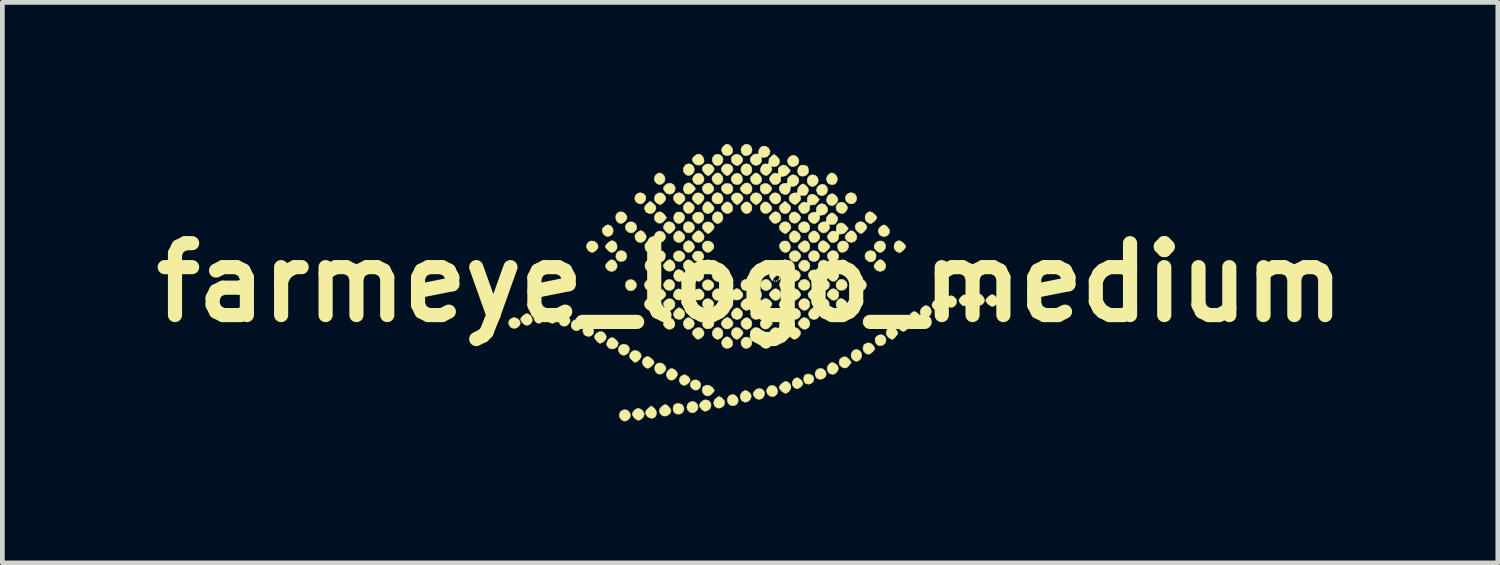
<source format=kicad_pcb>
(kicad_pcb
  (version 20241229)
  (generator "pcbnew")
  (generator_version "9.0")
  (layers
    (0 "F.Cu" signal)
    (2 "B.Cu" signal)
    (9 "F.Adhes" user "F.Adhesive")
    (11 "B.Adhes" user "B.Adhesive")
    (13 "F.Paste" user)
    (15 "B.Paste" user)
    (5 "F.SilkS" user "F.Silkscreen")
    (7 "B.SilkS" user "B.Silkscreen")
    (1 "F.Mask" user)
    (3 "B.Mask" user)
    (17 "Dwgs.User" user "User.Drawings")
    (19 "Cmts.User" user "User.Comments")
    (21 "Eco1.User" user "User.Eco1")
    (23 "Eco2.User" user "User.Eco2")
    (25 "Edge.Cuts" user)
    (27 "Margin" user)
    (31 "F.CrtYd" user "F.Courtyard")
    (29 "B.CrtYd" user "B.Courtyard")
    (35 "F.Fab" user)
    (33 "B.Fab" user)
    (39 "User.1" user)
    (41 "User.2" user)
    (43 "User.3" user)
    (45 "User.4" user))
  (footprint "farmeye_logo_medium"
    (layer "F.Cu")
    (at 12.852 2.94)
    (property "Reference" "farmeye_logo_medium" (at 0 0 0) (layer "F.SilkS") (effects (font (size 1.524 1.524) (thickness 0.3))))
    (attr through_hole)
    (fp_poly (pts (xy 0.529 -0.032) (xy 0.519 -0.021) (xy 0.508 -0.032) (xy 0.519 -0.042) (xy 0.529 -0.032)) (stroke (width 0.01) (type solid)) (fill yes) (layer "F.SilkS"))
    (fp_poly (pts (xy 0.572 -0.032) (xy 0.561 -0.021) (xy 0.55 -0.032) (xy 0.561 -0.042) (xy 0.572 -0.032)) (stroke (width 0.01) (type solid)) (fill yes) (layer "F.SilkS"))
    (fp_poly (pts (xy -0.859 -0.477) (xy -0.808 -0.438) (xy -0.769 -0.378) (xy -0.77 -0.323) (xy -0.804 -0.275) (xy -0.865 -0.239) (xy -0.929 -0.239) (xy -0.981 -0.272) (xy -1.013 -0.334) (xy -1.005 -0.4) (xy -0.974 -0.445) (xy -0.916 -0.482) (xy -0.859 -0.477)) (stroke (width 0.01) (type solid)) (fill yes) (layer "F.SilkS"))
    (fp_poly (pts (xy -0.327 2.383) (xy -0.278 2.425) (xy -0.251 2.486) (xy -0.259 2.544) (xy -0.294 2.59) (xy -0.35 2.613) (xy -0.402 2.608) (xy -0.455 2.573) (xy -0.482 2.518) (xy -0.48 2.456) (xy -0.448 2.406) (xy -0.388 2.374) (xy -0.327 2.383)) (stroke (width 0.01) (type solid)) (fill yes) (layer "F.SilkS"))
    (fp_poly (pts (xy 0.577 -1.895) (xy 0.623 -1.862) (xy 0.651 -1.812) (xy 0.652 -1.754) (xy 0.63 -1.71) (xy 0.575 -1.667) (xy 0.514 -1.665) (xy 0.454 -1.703) (xy 0.416 -1.764) (xy 0.418 -1.824) (xy 0.461 -1.879) (xy 0.52 -1.904) (xy 0.577 -1.895)) (stroke (width 0.01) (type solid)) (fill yes) (layer "F.SilkS"))
    (fp_poly (pts (xy 0.799 -1.679) (xy 0.851 -1.626) (xy 0.863 -1.572) (xy 0.837 -1.512) (xy 0.788 -1.469) (xy 0.727 -1.46) (xy 0.669 -1.485) (xy 0.644 -1.512) (xy 0.619 -1.574) (xy 0.632 -1.629) (xy 0.683 -1.679) (xy 0.741 -1.723) (xy 0.799 -1.679)) (stroke (width 0.01) (type solid)) (fill yes) (layer "F.SilkS"))
    (fp_poly (pts (xy 1.413 0.564) (xy 1.458 0.618) (xy 1.471 0.678) (xy 1.454 0.732) (xy 1.41 0.771) (xy 1.355 0.783) (xy 1.3 0.77) (xy 1.267 0.746) (xy 1.239 0.684) (xy 1.249 0.62) (xy 1.296 0.564) (xy 1.355 0.521) (xy 1.413 0.564)) (stroke (width 0.01) (type solid)) (fill yes) (layer "F.SilkS"))
    (fp_poly (pts (xy 2.051 1.584) (xy 2.103 1.635) (xy 2.146 1.693) (xy 2.103 1.752) (xy 2.055 1.801) (xy 2.007 1.814) (xy 1.947 1.793) (xy 1.901 1.75) (xy 1.885 1.692) (xy 1.9 1.633) (xy 1.934 1.598) (xy 1.997 1.571) (xy 2.051 1.584)) (stroke (width 0.01) (type solid)) (fill yes) (layer "F.SilkS"))
    (fp_poly (pts (xy -3.41 0.899) (xy -3.37 0.925) (xy -3.324 0.979) (xy -3.313 1.039) (xy -3.331 1.093) (xy -3.376 1.132) (xy -3.432 1.143) (xy -3.494 1.124) (xy -3.526 1.091) (xy -3.548 1.026) (xy -3.529 0.964) (xy -3.479 0.917) (xy -3.44 0.896) (xy -3.41 0.899)) (stroke (width 0.01) (type solid)) (fill yes) (layer "F.SilkS"))
    (fp_poly (pts (xy -3.311 -0.876) (xy -3.257 -0.842) (xy -3.229 -0.799) (xy -3.221 -0.752) (xy -3.239 -0.712) (xy -3.259 -0.688) (xy -3.319 -0.644) (xy -3.375 -0.641) (xy -3.429 -0.677) (xy -3.465 -0.738) (xy -3.464 -0.803) (xy -3.429 -0.857) (xy -3.374 -0.882) (xy -3.311 -0.876)) (stroke (width 0.01) (type solid)) (fill yes) (layer "F.SilkS"))
    (fp_poly (pts (xy -2.702 -1.496) (xy -2.646 -1.46) (xy -2.609 -1.403) (xy -2.614 -1.346) (xy -2.652 -1.295) (xy -2.709 -1.256) (xy -2.763 -1.255) (xy -2.798 -1.271) (xy -2.827 -1.305) (xy -2.847 -1.356) (xy -2.845 -1.424) (xy -2.814 -1.474) (xy -2.762 -1.499) (xy -2.702 -1.496)) (stroke (width 0.01) (type solid)) (fill yes) (layer "F.SilkS"))
    (fp_poly (pts (xy -2.611 2.703) (xy -2.565 2.741) (xy -2.535 2.805) (xy -2.546 2.866) (xy -2.59 2.911) (xy -2.64 2.938) (xy -2.684 2.934) (xy -2.726 2.909) (xy -2.762 2.862) (xy -2.772 2.801) (xy -2.754 2.746) (xy -2.739 2.729) (xy -2.674 2.696) (xy -2.611 2.703)) (stroke (width 0.01) (type solid)) (fill yes) (layer "F.SilkS"))
    (fp_poly (pts (xy -2.501 -0.06) (xy -2.45 -0.033) (xy -2.416 0.012) (xy -2.408 0.069) (xy -2.42 0.105) (xy -2.467 0.158) (xy -2.53 0.176) (xy -2.585 0.162) (xy -2.626 0.12) (xy -2.643 0.06) (xy -2.633 -0.000365) (xy -2.614 -0.029) (xy -2.559 -0.061) (xy -2.501 -0.06)) (stroke (width 0.01) (type solid)) (fill yes) (layer "F.SilkS"))
    (fp_poly (pts (xy -2.491 -1.284) (xy -2.442 -1.257) (xy -2.409 -1.211) (xy -2.403 -1.156) (xy -2.421 -1.113) (xy -2.472 -1.064) (xy -2.534 -1.051) (xy -2.574 -1.065) (xy -2.628 -1.113) (xy -2.647 -1.172) (xy -2.628 -1.232) (xy -2.605 -1.258) (xy -2.549 -1.287) (xy -2.491 -1.284)) (stroke (width 0.01) (type solid)) (fill yes) (layer "F.SilkS"))
    (fp_poly (pts (xy -2.27 -1.889) (xy -2.228 -1.854) (xy -2.208 -1.803) (xy -2.218 -1.747) (xy -2.262 -1.689) (xy -2.321 -1.666) (xy -2.366 -1.674) (xy -2.421 -1.714) (xy -2.445 -1.773) (xy -2.434 -1.837) (xy -2.426 -1.851) (xy -2.379 -1.893) (xy -2.324 -1.904) (xy -2.27 -1.889)) (stroke (width 0.01) (type solid)) (fill yes) (layer "F.SilkS"))
    (fp_poly (pts (xy -2.084 0.352) (xy -2.029 0.386) (xy -2.002 0.429) (xy -1.993 0.476) (xy -2.011 0.515) (xy -2.032 0.539) (xy -2.091 0.584) (xy -2.147 0.586) (xy -2.201 0.55) (xy -2.238 0.489) (xy -2.237 0.424) (xy -2.202 0.371) (xy -2.146 0.345) (xy -2.084 0.352)) (stroke (width 0.01) (type solid)) (fill yes) (layer "F.SilkS"))
    (fp_poly (pts (xy -2.076 -0.472) (xy -2.036 -0.438) (xy -1.996 -0.378) (xy -1.998 -0.323) (xy -2.032 -0.275) (xy -2.092 -0.238) (xy -2.156 -0.242) (xy -2.19 -0.262) (xy -2.222 -0.308) (xy -2.229 -0.369) (xy -2.212 -0.428) (xy -2.189 -0.455) (xy -2.13 -0.483) (xy -2.076 -0.472)) (stroke (width 0.01) (type solid)) (fill yes) (layer "F.SilkS"))
    (fp_poly (pts (xy -2.058 -1.679) (xy -2.006 -1.626) (xy -1.995 -1.572) (xy -2.02 -1.512) (xy -2.069 -1.471) (xy -2.132 -1.461) (xy -2.192 -1.485) (xy -2.21 -1.501) (xy -2.239 -1.559) (xy -2.228 -1.62) (xy -2.178 -1.677) (xy -2.175 -1.679) (xy -2.117 -1.723) (xy -2.058 -1.679)) (stroke (width 0.01) (type solid)) (fill yes) (layer "F.SilkS"))
    (fp_poly (pts (xy -2.037 2.661) (xy -1.995 2.713) (xy -1.983 2.772) (xy -1.997 2.827) (xy -2.037 2.867) (xy -2.088 2.879) (xy -2.14 2.864) (xy -2.181 2.835) (xy -2.215 2.778) (xy -2.208 2.72) (xy -2.159 2.664) (xy -2.154 2.66) (xy -2.095 2.616) (xy -2.037 2.661)) (stroke (width 0.01) (type solid)) (fill yes) (layer "F.SilkS"))
    (fp_poly (pts (xy -1.853 -1.074) (xy -1.808 -1.026) (xy -1.79 -0.97) (xy -1.806 -0.917) (xy -1.844 -0.876) (xy -1.896 -0.853) (xy -1.951 -0.855) (xy -1.997 -0.885) (xy -2.029 -0.946) (xy -2.026 -1.01) (xy -1.99 -1.063) (xy -1.98 -1.07) (xy -1.914 -1.093) (xy -1.853 -1.074)) (stroke (width 0.01) (type solid)) (fill yes) (layer "F.SilkS"))
    (fp_poly (pts (xy -1.841 -0.66) (xy -1.802 -0.612) (xy -1.794 -0.561) (xy -1.81 -0.494) (xy -1.853 -0.45) (xy -1.911 -0.436) (xy -1.96 -0.451) (xy -2.013 -0.498) (xy -2.033 -0.555) (xy -2.022 -0.611) (xy -1.983 -0.656) (xy -1.919 -0.677) (xy -1.906 -0.677) (xy -1.841 -0.66)) (stroke (width 0.01) (type solid)) (fill yes) (layer "F.SilkS"))
    (fp_poly (pts (xy -1.678 0.753) (xy -1.626 0.79) (xy -1.597 0.847) (xy -1.597 0.91) (xy -1.619 0.953) (xy -1.677 0.989) (xy -1.742 0.988) (xy -1.799 0.953) (xy -1.836 0.896) (xy -1.831 0.839) (xy -1.788 0.783) (xy -1.744 0.75) (xy -1.704 0.746) (xy -1.678 0.753)) (stroke (width 0.01) (type solid)) (fill yes) (layer "F.SilkS"))
    (fp_poly (pts (xy -1.637 1.828) (xy -1.595 1.851) (xy -1.547 1.904) (xy -1.54 1.962) (xy -1.575 2.021) (xy -1.577 2.024) (xy -1.639 2.067) (xy -1.698 2.068) (xy -1.743 2.036) (xy -1.775 1.973) (xy -1.767 1.908) (xy -1.736 1.863) (xy -1.686 1.826) (xy -1.637 1.828)) (stroke (width 0.01) (type solid)) (fill yes) (layer "F.SilkS"))
    (fp_poly (pts (xy -1.273 -1.287) (xy -1.222 -1.261) (xy -1.188 -1.216) (xy -1.18 -1.158) (xy -1.192 -1.123) (xy -1.239 -1.07) (xy -1.302 -1.052) (xy -1.357 -1.066) (xy -1.398 -1.107) (xy -1.415 -1.167) (xy -1.405 -1.228) (xy -1.386 -1.257) (xy -1.331 -1.288) (xy -1.273 -1.287)) (stroke (width 0.01) (type solid)) (fill yes) (layer "F.SilkS"))
    (fp_poly (pts (xy -1.254 -0.061) (xy -1.207 -0.025) (xy -1.18 0.031) (xy -1.18 0.085) (xy -1.217 0.137) (xy -1.275 0.165) (xy -1.338 0.164) (xy -1.385 0.136) (xy -1.416 0.081) (xy -1.414 0.023) (xy -1.385 -0.028) (xy -1.337 -0.062) (xy -1.276 -0.068) (xy -1.254 -0.061)) (stroke (width 0.01) (type solid)) (fill yes) (layer "F.SilkS"))
    (fp_poly (pts (xy -1.161 2.537) (xy -1.118 2.582) (xy -1.101 2.638) (xy -1.118 2.699) (xy -1.162 2.743) (xy -1.219 2.763) (xy -1.275 2.75) (xy -1.325 2.702) (xy -1.341 2.643) (xy -1.328 2.586) (xy -1.289 2.541) (xy -1.225 2.52) (xy -1.215 2.519) (xy -1.161 2.537)) (stroke (width 0.01) (type solid)) (fill yes) (layer "F.SilkS"))
    (fp_poly (pts (xy -1.133 2.065) (xy -1.074 2.098) (xy -1.047 2.151) (xy -1.056 2.213) (xy -1.066 2.232) (xy -1.113 2.277) (xy -1.168 2.281) (xy -1.223 2.253) (xy -1.261 2.206) (xy -1.267 2.152) (xy -1.246 2.103) (xy -1.202 2.07) (xy -1.143 2.063) (xy -1.133 2.065)) (stroke (width 0.01) (type solid)) (fill yes) (layer "F.SilkS"))
    (fp_poly (pts (xy -1.041 -2.303) (xy -1 -2.266) (xy -0.977 -2.214) (xy -0.98 -2.158) (xy -1.012 -2.109) (xy -1.073 -2.078) (xy -1.137 -2.081) (xy -1.19 -2.117) (xy -1.197 -2.126) (xy -1.22 -2.192) (xy -1.201 -2.253) (xy -1.153 -2.299) (xy -1.095 -2.317) (xy -1.041 -2.303)) (stroke (width 0.01) (type solid)) (fill yes) (layer "F.SilkS"))
    (fp_poly (pts (xy -1.013 -1.466) (xy -0.984 -1.417) (xy -0.98 -1.358) (xy -1.008 -1.3) (xy -1.016 -1.291) (xy -1.074 -1.254) (xy -1.131 -1.259) (xy -1.182 -1.298) (xy -1.219 -1.36) (xy -1.216 -1.419) (xy -1.175 -1.468) (xy -1.126 -1.491) (xy -1.062 -1.494) (xy -1.013 -1.466)) (stroke (width 0.01) (type solid)) (fill yes) (layer "F.SilkS"))
    (fp_poly (pts (xy -0.866 0.754) (xy -0.812 0.785) (xy -0.773 0.83) (xy -0.763 0.866) (xy -0.782 0.926) (xy -0.83 0.967) (xy -0.894 0.983) (xy -0.947 0.973) (xy -0.992 0.936) (xy -1.01 0.882) (xy -1.001 0.824) (xy -0.967 0.775) (xy -0.919 0.749) (xy -0.866 0.754)) (stroke (width 0.01) (type solid)) (fill yes) (layer "F.SilkS"))
    (fp_poly (pts (xy -0.856 -0.876) (xy -0.802 -0.842) (xy -0.774 -0.799) (xy -0.766 -0.752) (xy -0.783 -0.712) (xy -0.804 -0.688) (xy -0.863 -0.644) (xy -0.92 -0.641) (xy -0.974 -0.677) (xy -1.01 -0.738) (xy -1.009 -0.803) (xy -0.974 -0.857) (xy -0.918 -0.882) (xy -0.856 -0.876)) (stroke (width 0.01) (type solid)) (fill yes) (layer "F.SilkS"))
    (fp_poly (pts (xy -0.856 2.183) (xy -0.799 2.227) (xy -0.798 2.228) (xy -0.754 2.286) (xy -0.797 2.344) (xy -0.853 2.396) (xy -0.912 2.406) (xy -0.968 2.381) (xy -1.004 2.335) (xy -1.016 2.275) (xy -1.001 2.221) (xy -0.986 2.203) (xy -0.922 2.174) (xy -0.856 2.183)) (stroke (width 0.01) (type solid)) (fill yes) (layer "F.SilkS"))
    (fp_poly (pts (xy -0.808 -2.073) (xy -0.807 -2.072) (xy -0.768 -2.013) (xy -0.771 -1.959) (xy -0.805 -1.915) (xy -0.871 -1.875) (xy -0.932 -1.877) (xy -0.974 -1.905) (xy -1.01 -1.965) (xy -1.009 -2.025) (xy -0.972 -2.076) (xy -0.907 -2.107) (xy -0.854 -2.107) (xy -0.808 -2.073)) (stroke (width 0.01) (type solid)) (fill yes) (layer "F.SilkS"))
    (fp_poly (pts (xy -0.624 -1.886) (xy -0.584 -1.837) (xy -0.572 -1.779) (xy -0.589 -1.714) (xy -0.635 -1.674) (xy -0.699 -1.665) (xy -0.736 -1.674) (xy -0.787 -1.711) (xy -0.809 -1.763) (xy -0.803 -1.82) (xy -0.772 -1.869) (xy -0.719 -1.9) (xy -0.684 -1.905) (xy -0.624 -1.886)) (stroke (width 0.01) (type solid)) (fill yes) (layer "F.SilkS"))
    (fp_poly (pts (xy -0.621 -2.701) (xy -0.581 -2.651) (xy -0.572 -2.604) (xy -0.588 -2.54) (xy -0.629 -2.497) (xy -0.684 -2.479) (xy -0.741 -2.492) (xy -0.769 -2.515) (xy -0.8 -2.574) (xy -0.799 -2.636) (xy -0.77 -2.688) (xy -0.718 -2.718) (xy -0.686 -2.721) (xy -0.621 -2.701)) (stroke (width 0.01) (type solid)) (fill yes) (layer "F.SilkS"))
    (fp_poly (pts (xy -0.011 1.176) (xy 0.029 1.222) (xy 0.039 1.256) (xy 0.029 1.321) (xy -0.008 1.37) (xy -0.061 1.396) (xy -0.12 1.391) (xy -0.14 1.381) (xy -0.183 1.33) (xy -0.194 1.267) (xy -0.173 1.206) (xy -0.128 1.165) (xy -0.068 1.154) (xy -0.011 1.176)) (stroke (width 0.01) (type solid)) (fill yes) (layer "F.SilkS"))
    (fp_poly (pts (xy 0.37 0.756) (xy 0.427 0.804) (xy 0.431 0.81) (xy 0.474 0.868) (xy 0.431 0.926) (xy 0.375 0.978) (xy 0.316 0.988) (xy 0.259 0.963) (xy 0.22 0.913) (xy 0.216 0.851) (xy 0.248 0.79) (xy 0.255 0.782) (xy 0.312 0.748) (xy 0.37 0.756)) (stroke (width 0.01) (type solid)) (fill yes) (layer "F.SilkS"))
    (fp_poly (pts (xy 0.512 2.189) (xy 0.562 2.231) (xy 0.563 2.233) (xy 0.585 2.297) (xy 0.574 2.356) (xy 0.537 2.4) (xy 0.482 2.419) (xy 0.43 2.411) (xy 0.374 2.371) (xy 0.351 2.312) (xy 0.358 2.259) (xy 0.397 2.204) (xy 0.453 2.181) (xy 0.512 2.189)) (stroke (width 0.01) (type solid)) (fill yes) (layer "F.SilkS"))
    (fp_poly (pts (xy 0.775 -0.88) (xy 0.823 -0.849) (xy 0.85 -0.797) (xy 0.854 -0.736) (xy 0.835 -0.682) (xy 0.794 -0.648) (xy 0.739 -0.636) (xy 0.693 -0.654) (xy 0.657 -0.687) (xy 0.624 -0.746) (xy 0.626 -0.805) (xy 0.657 -0.853) (xy 0.71 -0.881) (xy 0.775 -0.88)) (stroke (width 0.01) (type solid)) (fill yes) (layer "F.SilkS"))
    (fp_poly (pts (xy 0.821 -0.034) (xy 0.859 0.013) (xy 0.868 0.057) (xy 0.85 0.109) (xy 0.806 0.148) (xy 0.749 0.168) (xy 0.692 0.163) (xy 0.658 0.14) (xy 0.628 0.078) (xy 0.628 0.014) (xy 0.649 -0.025) (xy 0.703 -0.058) (xy 0.764 -0.059) (xy 0.821 -0.034)) (stroke (width 0.01) (type solid)) (fill yes) (layer "F.SilkS"))
    (fp_poly (pts (xy 0.969 -2.684) (xy 1.011 -2.647) (xy 1.034 -2.595) (xy 1.031 -2.539) (xy 0.998 -2.49) (xy 0.937 -2.459) (xy 0.873 -2.462) (xy 0.821 -2.498) (xy 0.814 -2.507) (xy 0.791 -2.573) (xy 0.81 -2.634) (xy 0.857 -2.68) (xy 0.916 -2.698) (xy 0.969 -2.684)) (stroke (width 0.01) (type solid)) (fill yes) (layer "F.SilkS"))
    (fp_poly (pts (xy 0.996 -1.079) (xy 1.049 -1.032) (xy 1.068 -0.974) (xy 1.056 -0.926) (xy 1.008 -0.868) (xy 0.95 -0.846) (xy 0.891 -0.86) (xy 0.861 -0.885) (xy 0.829 -0.948) (xy 0.837 -1.013) (xy 0.868 -1.058) (xy 0.914 -1.094) (xy 0.957 -1.096) (xy 0.996 -1.079)) (stroke (width 0.01) (type solid)) (fill yes) (layer "F.SilkS"))
    (fp_poly (pts (xy 1.218 -0.456) (xy 1.259 -0.407) (xy 1.269 -0.345) (xy 1.246 -0.285) (xy 1.231 -0.268) (xy 1.175 -0.236) (xy 1.116 -0.245) (xy 1.096 -0.256) (xy 1.043 -0.304) (xy 1.028 -0.362) (xy 1.046 -0.413) (xy 1.099 -0.465) (xy 1.162 -0.478) (xy 1.218 -0.456)) (stroke (width 0.01) (type solid)) (fill yes) (layer "F.SilkS"))
    (fp_poly (pts (xy 1.584 -2.071) (xy 1.624 -2.032) (xy 1.643 -1.978) (xy 1.633 -1.916) (xy 1.621 -1.894) (xy 1.571 -1.851) (xy 1.511 -1.841) (xy 1.453 -1.865) (xy 1.427 -1.893) (xy 1.405 -1.959) (xy 1.424 -2.021) (xy 1.47 -2.065) (xy 1.53 -2.085) (xy 1.584 -2.071)) (stroke (width 0.01) (type solid)) (fill yes) (layer "F.SilkS"))
    (fp_poly (pts (xy 1.618 -0.46) (xy 1.664 -0.413) (xy 1.681 -0.356) (xy 1.666 -0.303) (xy 1.627 -0.262) (xy 1.576 -0.239) (xy 1.52 -0.241) (xy 1.474 -0.272) (xy 1.443 -0.333) (xy 1.446 -0.397) (xy 1.482 -0.449) (xy 1.491 -0.456) (xy 1.557 -0.479) (xy 1.618 -0.46)) (stroke (width 0.01) (type solid)) (fill yes) (layer "F.SilkS"))
    (fp_poly (pts (xy 1.765 -2.319) (xy 1.819 -2.277) (xy 1.852 -2.216) (xy 1.844 -2.149) (xy 1.815 -2.101) (xy 1.772 -2.076) (xy 1.715 -2.077) (xy 1.662 -2.101) (xy 1.642 -2.122) (xy 1.617 -2.186) (xy 1.633 -2.248) (xy 1.661 -2.285) (xy 1.712 -2.323) (xy 1.765 -2.319)) (stroke (width 0.01) (type solid)) (fill yes) (layer "F.SilkS"))
    (fp_poly (pts (xy 1.8 1.715) (xy 1.854 1.762) (xy 1.872 1.82) (xy 1.86 1.868) (xy 1.813 1.926) (xy 1.754 1.948) (xy 1.695 1.934) (xy 1.665 1.909) (xy 1.633 1.846) (xy 1.641 1.781) (xy 1.672 1.736) (xy 1.718 1.7) (xy 1.762 1.698) (xy 1.8 1.715)) (stroke (width 0.01) (type solid)) (fill yes) (layer "F.SilkS"))
    (fp_poly (pts (xy 1.806 -0.263) (xy 1.855 -0.231) (xy 1.88 -0.18) (xy 1.877 -0.12) (xy 1.841 -0.064) (xy 1.791 -0.027) (xy 1.742 -0.029) (xy 1.709 -0.044) (xy 1.66 -0.092) (xy 1.643 -0.151) (xy 1.658 -0.208) (xy 1.702 -0.252) (xy 1.74 -0.266) (xy 1.806 -0.263)) (stroke (width 0.01) (type solid)) (fill yes) (layer "F.SilkS"))
    (fp_poly (pts (xy 1.989 -0.057) (xy 2.04 -0.013) (xy 2.06 0.044) (xy 2.05 0.1) (xy 2.013 0.145) (xy 1.955 0.165) (xy 1.89 0.158) (xy 1.855 0.137) (xy 1.823 0.082) (xy 1.824 0.024) (xy 1.851 -0.027) (xy 1.896 -0.061) (xy 1.953 -0.068) (xy 1.989 -0.057)) (stroke (width 0.01) (type solid)) (fill yes) (layer "F.SilkS"))
    (fp_poly (pts (xy 2.009 -0.472) (xy 2.049 -0.438) (xy 2.089 -0.378) (xy 2.087 -0.323) (xy 2.053 -0.275) (xy 1.993 -0.238) (xy 1.929 -0.242) (xy 1.895 -0.262) (xy 1.863 -0.308) (xy 1.856 -0.369) (xy 1.873 -0.428) (xy 1.896 -0.455) (xy 1.955 -0.483) (xy 2.009 -0.472)) (stroke (width 0.01) (type solid)) (fill yes) (layer "F.SilkS"))
    (fp_poly (pts (xy 2.626 -0.66) (xy 2.664 -0.612) (xy 2.672 -0.561) (xy 2.656 -0.494) (xy 2.613 -0.45) (xy 2.556 -0.436) (xy 2.506 -0.451) (xy 2.453 -0.498) (xy 2.434 -0.555) (xy 2.444 -0.611) (xy 2.483 -0.656) (xy 2.547 -0.677) (xy 2.56 -0.677) (xy 2.626 -0.66)) (stroke (width 0.01) (type solid)) (fill yes) (layer "F.SilkS"))
    (fp_poly (pts (xy 2.837 -0.857) (xy 2.873 -0.799) (xy 2.872 -0.734) (xy 2.836 -0.677) (xy 2.78 -0.64) (xy 2.723 -0.645) (xy 2.667 -0.688) (xy 2.634 -0.732) (xy 2.629 -0.773) (xy 2.637 -0.799) (xy 2.674 -0.851) (xy 2.731 -0.88) (xy 2.794 -0.88) (xy 2.837 -0.857)) (stroke (width 0.01) (type solid)) (fill yes) (layer "F.SilkS"))
    (fp_poly (pts (xy -4.958 0.751) (xy -4.904 0.789) (xy -4.891 0.807) (xy -4.872 0.851) (xy -4.878 0.887) (xy -4.897 0.918) (xy -4.947 0.962) (xy -5.01 0.973) (xy -5.07 0.951) (xy -5.087 0.935) (xy -5.119 0.874) (xy -5.111 0.812) (xy -5.082 0.774) (xy -5.022 0.745) (xy -4.958 0.751)) (stroke (width 0.01) (type solid)) (fill yes) (layer "F.SilkS"))
    (fp_poly (pts (xy -4.658 0.697) (xy -4.657 0.699) (xy -4.621 0.759) (xy -4.62 0.823) (xy -4.653 0.875) (xy -4.713 0.907) (xy -4.774 0.898) (xy -4.824 0.854) (xy -4.859 0.804) (xy -4.863 0.768) (xy -4.836 0.728) (xy -4.816 0.708) (xy -4.76 0.665) (xy -4.71 0.662) (xy -4.658 0.697)) (stroke (width 0.01) (type solid)) (fill yes) (layer "F.SilkS"))
    (fp_poly (pts (xy -3.889 0.7) (xy -3.862 0.721) (xy -3.819 0.777) (xy -3.816 0.829) (xy -3.853 0.885) (xy -3.892 0.918) (xy -3.932 0.927) (xy -3.986 0.917) (xy -4.027 0.887) (xy -4.049 0.832) (xy -4.048 0.769) (xy -4.043 0.752) (xy -4.005 0.701) (xy -3.95 0.683) (xy -3.889 0.7)) (stroke (width 0.01) (type solid)) (fill yes) (layer "F.SilkS"))
    (fp_poly (pts (xy -3.64 0.791) (xy -3.593 0.821) (xy -3.564 0.866) (xy -3.558 0.918) (xy -3.583 0.968) (xy -3.593 0.978) (xy -3.642 1.014) (xy -3.679 1.024) (xy -3.721 1.014) (xy -3.772 0.975) (xy -3.795 0.918) (xy -3.786 0.857) (xy -3.75 0.81) (xy -3.694 0.785) (xy -3.64 0.791)) (stroke (width 0.01) (type solid)) (fill yes) (layer "F.SilkS"))
    (fp_poly (pts (xy -2.889 1.179) (xy -2.844 1.214) (xy -2.807 1.257) (xy -2.794 1.289) (xy -2.812 1.35) (xy -2.857 1.392) (xy -2.916 1.409) (xy -2.977 1.397) (xy -3.006 1.376) (xy -3.039 1.327) (xy -3.038 1.275) (xy -3.009 1.217) (xy -2.964 1.176) (xy -2.929 1.165) (xy -2.889 1.179)) (stroke (width 0.01) (type solid)) (fill yes) (layer "F.SilkS"))
    (fp_poly (pts (xy -2.859 -0.446) (xy -2.857 -0.445) (xy -2.821 -0.384) (xy -2.821 -0.32) (xy -2.854 -0.268) (xy -2.916 -0.236) (xy -2.982 -0.244) (xy -3.027 -0.275) (xy -3.063 -0.327) (xy -3.06 -0.377) (xy -3.019 -0.433) (xy -3.017 -0.435) (xy -2.961 -0.478) (xy -2.911 -0.481) (xy -2.859 -0.446)) (stroke (width 0.01) (type solid)) (fill yes) (layer "F.SilkS"))
    (fp_poly (pts (xy -2.667 -0.66) (xy -2.626 -0.616) (xy -2.613 -0.557) (xy -2.632 -0.495) (xy -2.642 -0.482) (xy -2.691 -0.452) (xy -2.753 -0.447) (xy -2.807 -0.469) (xy -2.818 -0.48) (xy -2.846 -0.54) (xy -2.84 -0.601) (xy -2.806 -0.651) (xy -2.748 -0.676) (xy -2.73 -0.677) (xy -2.667 -0.66)) (stroke (width 0.01) (type solid)) (fill yes) (layer "F.SilkS"))
    (fp_poly (pts (xy -2.611 1.323) (xy -2.567 1.364) (xy -2.556 1.421) (xy -2.581 1.485) (xy -2.586 1.492) (xy -2.641 1.535) (xy -2.701 1.541) (xy -2.756 1.509) (xy -2.759 1.506) (xy -2.79 1.448) (xy -2.787 1.387) (xy -2.757 1.337) (xy -2.704 1.309) (xy -2.681 1.307) (xy -2.611 1.323)) (stroke (width 0.01) (type solid)) (fill yes) (layer "F.SilkS"))
    (fp_poly (pts (xy -2.057 -0.047) (xy -2.011 -0.008) (xy -1.99 0.041) (xy -1.99 0.045) (xy -2.007 0.105) (xy -2.052 0.148) (xy -2.111 0.167) (xy -2.172 0.157) (xy -2.209 0.131) (xy -2.239 0.072) (xy -2.234 0.013) (xy -2.198 -0.035) (xy -2.138 -0.061) (xy -2.113 -0.064) (xy -2.057 -0.047)) (stroke (width 0.01) (type solid)) (fill yes) (layer "F.SilkS"))
    (fp_poly (pts (xy -1.904 -1.499) (xy -1.859 -1.478) (xy -1.815 -1.436) (xy -1.813 -1.434) (xy -1.77 -1.376) (xy -1.813 -1.318) (xy -1.869 -1.266) (xy -1.928 -1.256) (xy -1.984 -1.281) (xy -2.022 -1.329) (xy -2.03 -1.386) (xy -2.012 -1.442) (xy -1.973 -1.484) (xy -1.917 -1.5) (xy -1.904 -1.499)) (stroke (width 0.01) (type solid)) (fill yes) (layer "F.SilkS"))
    (fp_poly (pts (xy -1.897 -2.321) (xy -1.866 -2.305) (xy -1.818 -2.259) (xy -1.801 -2.2) (xy -1.814 -2.142) (xy -1.845 -2.108) (xy -1.897 -2.079) (xy -1.94 -2.081) (xy -1.985 -2.107) (xy -2.025 -2.157) (xy -2.031 -2.218) (xy -2.005 -2.276) (xy -1.977 -2.3) (xy -1.933 -2.323) (xy -1.897 -2.321)) (stroke (width 0.01) (type solid)) (fill yes) (layer "F.SilkS"))
    (fp_poly (pts (xy -1.88 1.707) (xy -1.828 1.738) (xy -1.786 1.794) (xy -1.785 1.845) (xy -1.826 1.9) (xy -1.827 1.901) (xy -1.884 1.94) (xy -1.938 1.941) (xy -1.971 1.926) (xy -2.003 1.891) (xy -2.02 1.852) (xy -2.02 1.783) (xy -1.99 1.732) (xy -1.94 1.705) (xy -1.88 1.707)) (stroke (width 0.01) (type solid)) (fill yes) (layer "F.SilkS"))
    (fp_poly (pts (xy -1.853 0.154) (xy -1.806 0.204) (xy -1.785 0.243) (xy -1.788 0.274) (xy -1.814 0.313) (xy -1.869 0.362) (xy -1.929 0.376) (xy -1.984 0.355) (xy -1.996 0.343) (xy -2.028 0.282) (xy -2.026 0.218) (xy -1.99 0.165) (xy -1.98 0.157) (xy -1.915 0.135) (xy -1.853 0.154)) (stroke (width 0.01) (type solid)) (fill yes) (layer "F.SilkS"))
    (fp_poly (pts (xy -1.744 2.615) (xy -1.724 2.634) (xy -1.681 2.691) (xy -1.678 2.741) (xy -1.713 2.793) (xy -1.714 2.794) (xy -1.775 2.83) (xy -1.839 2.83) (xy -1.891 2.798) (xy -1.923 2.737) (xy -1.914 2.677) (xy -1.87 2.626) (xy -1.82 2.592) (xy -1.784 2.588) (xy -1.744 2.615)) (stroke (width 0.01) (type solid)) (fill yes) (layer "F.SilkS"))
    (fp_poly (pts (xy -1.67 -2.103) (xy -1.619 -2.072) (xy -1.59 -2.017) (xy -1.587 -1.99) (xy -1.604 -1.926) (xy -1.647 -1.886) (xy -1.704 -1.872) (xy -1.763 -1.888) (xy -1.799 -1.92) (xy -1.834 -1.975) (xy -1.835 -2.017) (xy -1.801 -2.062) (xy -1.79 -2.073) (xy -1.731 -2.105) (xy -1.67 -2.103)) (stroke (width 0.01) (type solid)) (fill yes) (layer "F.SilkS"))
    (fp_poly (pts (xy -1.664 -0.056) (xy -1.615 -0.009) (xy -1.605 0.011) (xy -1.597 0.072) (xy -1.622 0.127) (xy -1.673 0.162) (xy -1.714 0.169) (xy -1.777 0.153) (xy -1.812 0.116) (xy -1.835 0.067) (xy -1.829 0.021) (xy -1.824 0.009) (xy -1.78 -0.047) (xy -1.723 -0.068) (xy -1.664 -0.056)) (stroke (width 0.01) (type solid)) (fill yes) (layer "F.SilkS"))
    (fp_poly (pts (xy -1.623 0.377) (xy -1.591 0.44) (xy -1.599 0.505) (xy -1.63 0.55) (xy -1.682 0.587) (xy -1.732 0.584) (xy -1.788 0.542) (xy -1.79 0.541) (xy -1.832 0.484) (xy -1.836 0.434) (xy -1.8 0.382) (xy -1.799 0.381) (xy -1.739 0.345) (xy -1.675 0.345) (xy -1.623 0.377)) (stroke (width 0.01) (type solid)) (fill yes) (layer "F.SilkS"))
    (fp_poly (pts (xy -1.477 -1.088) (xy -1.444 -1.065) (xy -1.393 -1.01) (xy -1.382 -0.951) (xy -1.413 -0.894) (xy -1.417 -0.89) (xy -1.478 -0.853) (xy -1.543 -0.853) (xy -1.597 -0.888) (xy -1.622 -0.944) (xy -1.616 -1.007) (xy -1.58 -1.062) (xy -1.554 -1.08) (xy -1.513 -1.096) (xy -1.477 -1.088)) (stroke (width 0.01) (type solid)) (fill yes) (layer "F.SilkS"))
    (fp_poly (pts (xy -1.465 -0.667) (xy -1.411 -0.629) (xy -1.399 -0.611) (xy -1.38 -0.567) (xy -1.386 -0.531) (xy -1.404 -0.5) (xy -1.454 -0.456) (xy -1.517 -0.445) (xy -1.578 -0.468) (xy -1.595 -0.483) (xy -1.627 -0.544) (xy -1.618 -0.606) (xy -1.589 -0.644) (xy -1.53 -0.673) (xy -1.465 -0.667)) (stroke (width 0.01) (type solid)) (fill yes) (layer "F.SilkS"))
    (fp_poly (pts (xy -1.453 0.557) (xy -1.398 0.611) (xy -1.384 0.673) (xy -1.406 0.731) (xy -1.456 0.773) (xy -1.518 0.782) (xy -1.579 0.759) (xy -1.597 0.743) (xy -1.625 0.685) (xy -1.614 0.624) (xy -1.565 0.567) (xy -1.562 0.565) (xy -1.52 0.538) (xy -1.49 0.536) (xy -1.453 0.557)) (stroke (width 0.01) (type solid)) (fill yes) (layer "F.SilkS"))
    (fp_poly (pts (xy -1.446 2.587) (xy -1.432 2.6) (xy -1.401 2.657) (xy -1.405 2.713) (xy -1.435 2.759) (xy -1.483 2.787) (xy -1.542 2.791) (xy -1.597 2.766) (xy -1.627 2.721) (xy -1.634 2.66) (xy -1.615 2.602) (xy -1.609 2.593) (xy -1.562 2.566) (xy -1.502 2.565) (xy -1.446 2.587)) (stroke (width 0.01) (type solid)) (fill yes) (layer "F.SilkS"))
    (fp_poly (pts (xy -1.426 -1.47) (xy -1.393 -1.423) (xy -1.386 -1.366) (xy -1.413 -1.307) (xy -1.419 -1.301) (xy -1.476 -1.258) (xy -1.532 -1.254) (xy -1.569 -1.27) (xy -1.608 -1.314) (xy -1.621 -1.374) (xy -1.608 -1.434) (xy -1.572 -1.479) (xy -1.548 -1.491) (xy -1.48 -1.496) (xy -1.426 -1.47)) (stroke (width 0.01) (type solid)) (fill yes) (layer "F.SilkS"))
    (fp_poly (pts (xy -1.283 -0.479) (xy -1.254 -0.464) (xy -1.196 -0.415) (xy -1.179 -0.359) (xy -1.201 -0.302) (xy -1.216 -0.285) (xy -1.279 -0.241) (xy -1.337 -0.239) (xy -1.383 -0.272) (xy -1.415 -0.334) (xy -1.411 -0.398) (xy -1.372 -0.452) (xy -1.363 -0.459) (xy -1.319 -0.482) (xy -1.283 -0.479)) (stroke (width 0.01) (type solid)) (fill yes) (layer "F.SilkS"))
    (fp_poly (pts (xy -1.245 -2.092) (xy -1.201 -2.05) (xy -1.199 -2.048) (xy -1.156 -1.99) (xy -1.199 -1.932) (xy -1.252 -1.887) (xy -1.314 -1.873) (xy -1.371 -1.891) (xy -1.386 -1.905) (xy -1.414 -1.961) (xy -1.412 -2.022) (xy -1.385 -2.075) (xy -1.338 -2.108) (xy -1.29 -2.113) (xy -1.245 -2.092)) (stroke (width 0.01) (type solid)) (fill yes) (layer "F.SilkS"))
    (fp_poly (pts (xy -1.238 -2.501) (xy -1.197 -2.458) (xy -1.181 -2.401) (xy -1.193 -2.342) (xy -1.235 -2.294) (xy -1.246 -2.287) (xy -1.293 -2.268) (xy -1.331 -2.273) (xy -1.371 -2.298) (xy -1.409 -2.346) (xy -1.416 -2.405) (xy -1.396 -2.462) (xy -1.354 -2.504) (xy -1.3 -2.519) (xy -1.238 -2.501)) (stroke (width 0.01) (type solid)) (fill yes) (layer "F.SilkS"))
    (fp_poly (pts (xy -1.078 0.541) (xy -1.048 0.559) (xy -1.004 0.602) (xy -0.982 0.647) (xy -0.984 0.707) (xy -1.016 0.752) (xy -1.066 0.778) (xy -1.124 0.781) (xy -1.176 0.755) (xy -1.197 0.731) (xy -1.22 0.666) (xy -1.201 0.604) (xy -1.152 0.558) (xy -1.111 0.536) (xy -1.078 0.541)) (stroke (width 0.01) (type solid)) (fill yes) (layer "F.SilkS"))
    (fp_poly (pts (xy -1.009 -0.236) (xy -0.977 -0.174) (xy -0.985 -0.108) (xy -1.016 -0.064) (xy -1.068 -0.027) (xy -1.118 -0.03) (xy -1.174 -0.072) (xy -1.176 -0.073) (xy -1.218 -0.13) (xy -1.222 -0.18) (xy -1.187 -0.232) (xy -1.185 -0.233) (xy -1.125 -0.269) (xy -1.061 -0.269) (xy -1.009 -0.236)) (stroke (width 0.01) (type solid)) (fill yes) (layer "F.SilkS"))
    (fp_poly (pts (xy -0.852 -0.053) (xy -0.798 -0.015) (xy -0.785 0.003) (xy -0.766 0.047) (xy -0.772 0.083) (xy -0.79 0.114) (xy -0.841 0.158) (xy -0.904 0.169) (xy -0.964 0.146) (xy -0.981 0.131) (xy -1.013 0.07) (xy -1.005 0.008) (xy -0.976 -0.03) (xy -0.916 -0.059) (xy -0.852 -0.053)) (stroke (width 0.01) (type solid)) (fill yes) (layer "F.SilkS"))
    (fp_poly (pts (xy -0.669 0.135) (xy -0.638 0.15) (xy -0.588 0.199) (xy -0.575 0.241) (xy -0.584 0.306) (xy -0.619 0.354) (xy -0.671 0.378) (xy -0.728 0.372) (xy -0.769 0.342) (xy -0.802 0.28) (xy -0.797 0.216) (xy -0.758 0.162) (xy -0.749 0.155) (xy -0.705 0.132) (xy -0.669 0.135)) (stroke (width 0.01) (type solid)) (fill yes) (layer "F.SilkS"))
    (fp_poly (pts (xy -0.638 0.555) (xy -0.633 0.558) (xy -0.591 0.599) (xy -0.574 0.659) (xy -0.584 0.72) (xy -0.604 0.749) (xy -0.657 0.777) (xy -0.719 0.78) (xy -0.754 0.767) (xy -0.798 0.718) (xy -0.809 0.662) (xy -0.793 0.607) (xy -0.755 0.565) (xy -0.702 0.544) (xy -0.638 0.555)) (stroke (width 0.01) (type solid)) (fill yes) (layer "F.SilkS"))
    (fp_poly (pts (xy -0.628 -1.485) (xy -0.59 -1.441) (xy -0.574 -1.383) (xy -0.584 -1.324) (xy -0.619 -1.282) (xy -0.661 -1.257) (xy -0.688 -1.249) (xy -0.721 -1.26) (xy -0.757 -1.282) (xy -0.795 -1.33) (xy -0.802 -1.389) (xy -0.782 -1.446) (xy -0.74 -1.488) (xy -0.684 -1.503) (xy -0.628 -1.485)) (stroke (width 0.01) (type solid)) (fill yes) (layer "F.SilkS"))
    (fp_poly (pts (xy -0.628 0.97) (xy -0.59 1.015) (xy -0.574 1.073) (xy -0.584 1.131) (xy -0.619 1.174) (xy -0.661 1.198) (xy -0.688 1.206) (xy -0.721 1.195) (xy -0.757 1.174) (xy -0.795 1.125) (xy -0.802 1.067) (xy -0.782 1.01) (xy -0.74 0.967) (xy -0.684 0.953) (xy -0.628 0.97)) (stroke (width 0.01) (type solid)) (fill yes) (layer "F.SilkS"))
    (fp_poly (pts (xy -0.464 -2.93) (xy -0.434 -2.913) (xy -0.391 -2.869) (xy -0.368 -2.825) (xy -0.37 -2.765) (xy -0.402 -2.72) (xy -0.453 -2.693) (xy -0.51 -2.691) (xy -0.563 -2.716) (xy -0.583 -2.74) (xy -0.606 -2.806) (xy -0.587 -2.867) (xy -0.538 -2.913) (xy -0.497 -2.935) (xy -0.464 -2.93)) (stroke (width 0.01) (type solid)) (fill yes) (layer "F.SilkS"))
    (fp_poly (pts (xy -0.464 1.155) (xy -0.434 1.173) (xy -0.391 1.216) (xy -0.368 1.261) (xy -0.37 1.32) (xy -0.402 1.366) (xy -0.453 1.392) (xy -0.51 1.395) (xy -0.563 1.369) (xy -0.583 1.345) (xy -0.606 1.279) (xy -0.587 1.218) (xy -0.538 1.172) (xy -0.497 1.15) (xy -0.464 1.155)) (stroke (width 0.01) (type solid)) (fill yes) (layer "F.SilkS"))
    (fp_poly (pts (xy -0.435 -1.694) (xy -0.387 -1.649) (xy -0.367 -1.588) (xy -0.377 -1.526) (xy -0.393 -1.501) (xy -0.45 -1.466) (xy -0.515 -1.468) (xy -0.573 -1.504) (xy -0.607 -1.561) (xy -0.599 -1.619) (xy -0.551 -1.675) (xy -0.545 -1.679) (xy -0.501 -1.707) (xy -0.466 -1.708) (xy -0.435 -1.694)) (stroke (width 0.01) (type solid)) (fill yes) (layer "F.SilkS"))
    (fp_poly (pts (xy -0.415 -2.086) (xy -0.389 -2.063) (xy -0.363 -2.002) (xy -0.371 -1.945) (xy -0.404 -1.9) (xy -0.454 -1.875) (xy -0.511 -1.876) (xy -0.567 -1.911) (xy -0.57 -1.914) (xy -0.607 -1.969) (xy -0.606 -2.021) (xy -0.582 -2.062) (xy -0.535 -2.094) (xy -0.473 -2.102) (xy -0.415 -2.086)) (stroke (width 0.01) (type solid)) (fill yes) (layer "F.SilkS"))
    (fp_poly (pts (xy -0.253 0.541) (xy -0.224 0.558) (xy -0.17 0.612) (xy -0.157 0.674) (xy -0.179 0.731) (xy -0.228 0.773) (xy -0.29 0.782) (xy -0.351 0.758) (xy -0.37 0.742) (xy -0.396 0.686) (xy -0.385 0.624) (xy -0.342 0.569) (xy -0.328 0.559) (xy -0.286 0.537) (xy -0.253 0.541)) (stroke (width 0.01) (type solid)) (fill yes) (layer "F.SilkS"))
    (fp_poly (pts (xy -0.23 -2.707) (xy -0.192 -2.679) (xy -0.154 -2.626) (xy -0.158 -2.573) (xy -0.197 -2.523) (xy -0.241 -2.487) (xy -0.279 -2.48) (xy -0.329 -2.499) (xy -0.339 -2.504) (xy -0.384 -2.546) (xy -0.401 -2.603) (xy -0.388 -2.661) (xy -0.356 -2.696) (xy -0.291 -2.722) (xy -0.23 -2.707)) (stroke (width 0.01) (type solid)) (fill yes) (layer "F.SilkS"))
    (fp_poly (pts (xy -0.211 -2.296) (xy -0.174 -2.252) (xy -0.159 -2.195) (xy -0.173 -2.135) (xy -0.179 -2.126) (xy -0.228 -2.085) (xy -0.29 -2.075) (xy -0.35 -2.098) (xy -0.367 -2.113) (xy -0.401 -2.175) (xy -0.394 -2.236) (xy -0.349 -2.289) (xy -0.321 -2.306) (xy -0.263 -2.317) (xy -0.211 -2.296)) (stroke (width 0.01) (type solid)) (fill yes) (layer "F.SilkS"))
    (fp_poly (pts (xy -0.015 -2.501) (xy 0.023 -2.457) (xy 0.04 -2.399) (xy 0.03 -2.341) (xy -0.005 -2.298) (xy -0.056 -2.27) (xy -0.1 -2.272) (xy -0.134 -2.288) (xy -0.181 -2.335) (xy -0.196 -2.394) (xy -0.182 -2.452) (xy -0.142 -2.497) (xy -0.08 -2.518) (xy -0.072 -2.519) (xy -0.015 -2.501)) (stroke (width 0.01) (type solid)) (fill yes) (layer "F.SilkS"))
    (fp_poly (pts (xy -0.006 -2.911) (xy 0.029 -2.867) (xy 0.043 -2.811) (xy 0.028 -2.754) (xy 0.004 -2.723) (xy -0.054 -2.693) (xy -0.116 -2.693) (xy -0.14 -2.704) (xy -0.183 -2.755) (xy -0.194 -2.817) (xy -0.173 -2.877) (xy -0.122 -2.922) (xy -0.118 -2.924) (xy -0.057 -2.934) (xy -0.006 -2.911)) (stroke (width 0.01) (type solid)) (fill yes) (layer "F.SilkS"))
    (fp_poly (pts (xy -0.005 -0.042) (xy 0.031 0.004) (xy 0.043 0.061) (xy 0.024 0.118) (xy 0.009 0.136) (xy -0.038 0.161) (xy -0.096 0.168) (xy -0.147 0.156) (xy -0.163 0.143) (xy -0.194 0.077) (xy -0.191 0.011) (xy -0.157 -0.041) (xy -0.122 -0.061) (xy -0.059 -0.067) (xy -0.005 -0.042)) (stroke (width 0.01) (type solid)) (fill yes) (layer "F.SilkS"))
    (fp_poly (pts (xy -0.005 0.372) (xy 0.035 0.424) (xy 0.042 0.466) (xy 0.024 0.531) (xy -0.005 0.56) (xy -0.057 0.588) (xy -0.1 0.585) (xy -0.141 0.562) (xy -0.189 0.509) (xy -0.196 0.451) (xy -0.161 0.392) (xy -0.158 0.389) (xy -0.106 0.348) (xy -0.059 0.343) (xy -0.005 0.372)) (stroke (width 0.01) (type solid)) (fill yes) (layer "F.SilkS"))
    (fp_poly (pts (xy -0.001 -2.088) (xy 0.034 -2.036) (xy 0.042 -1.986) (xy 0.026 -1.923) (xy -0.017 -1.883) (xy -0.073 -1.871) (xy -0.133 -1.888) (xy -0.171 -1.923) (xy -0.203 -1.967) (xy -0.207 -2) (xy -0.185 -2.039) (xy -0.168 -2.061) (xy -0.113 -2.104) (xy -0.054 -2.112) (xy -0.001 -2.088)) (stroke (width 0.01) (type solid)) (fill yes) (layer "F.SilkS"))
    (fp_poly (pts (xy 0.178 -2.3) (xy 0.222 -2.256) (xy 0.246 -2.211) (xy 0.243 -2.151) (xy 0.211 -2.106) (xy 0.161 -2.079) (xy 0.104 -2.077) (xy 0.051 -2.102) (xy 0.03 -2.126) (xy 0.005 -2.189) (xy 0.018 -2.243) (xy 0.068 -2.292) (xy 0.109 -2.32) (xy 0.14 -2.321) (xy 0.178 -2.3)) (stroke (width 0.01) (type solid)) (fill yes) (layer "F.SilkS"))
    (fp_poly (pts (xy 0.243 2.256) (xy 0.287 2.289) (xy 0.308 2.343) (xy 0.308 2.358) (xy 0.288 2.424) (xy 0.244 2.465) (xy 0.188 2.478) (xy 0.13 2.46) (xy 0.092 2.421) (xy 0.068 2.377) (xy 0.071 2.341) (xy 0.087 2.31) (xy 0.131 2.264) (xy 0.187 2.247) (xy 0.243 2.256)) (stroke (width 0.01) (type solid)) (fill yes) (layer "F.SilkS"))
    (fp_poly (pts (xy 0.356 -1.706) (xy 0.412 -1.664) (xy 0.414 -1.663) (xy 0.456 -1.606) (xy 0.46 -1.556) (xy 0.425 -1.504) (xy 0.423 -1.503) (xy 0.363 -1.467) (xy 0.299 -1.466) (xy 0.247 -1.499) (xy 0.215 -1.561) (xy 0.223 -1.627) (xy 0.254 -1.672) (xy 0.306 -1.708) (xy 0.356 -1.706)) (stroke (width 0.01) (type solid)) (fill yes) (layer "F.SilkS"))
    (fp_poly (pts (xy 0.388 -0.056) (xy 0.438 -0.003) (xy 0.443 0.005) (xy 0.458 0.064) (xy 0.441 0.114) (xy 0.401 0.152) (xy 0.348 0.17) (xy 0.293 0.162) (xy 0.246 0.124) (xy 0.245 0.122) (xy 0.215 0.058) (xy 0.225 0.004) (xy 0.266 -0.04) (xy 0.329 -0.068) (xy 0.388 -0.056)) (stroke (width 0.01) (type solid)) (fill yes) (layer "F.SilkS"))
    (fp_poly (pts (xy 0.389 1.171) (xy 0.443 1.225) (xy 0.457 1.287) (xy 0.435 1.345) (xy 0.386 1.387) (xy 0.323 1.396) (xy 0.263 1.373) (xy 0.245 1.356) (xy 0.217 1.299) (xy 0.228 1.237) (xy 0.277 1.181) (xy 0.279 1.179) (xy 0.321 1.152) (xy 0.352 1.15) (xy 0.389 1.171)) (stroke (width 0.01) (type solid)) (fill yes) (layer "F.SilkS"))
    (fp_poly (pts (xy 0.571 0.552) (xy 0.621 0.582) (xy 0.651 0.635) (xy 0.656 0.669) (xy 0.638 0.726) (xy 0.593 0.765) (xy 0.535 0.781) (xy 0.476 0.766) (xy 0.462 0.757) (xy 0.421 0.702) (xy 0.42 0.635) (xy 0.426 0.619) (xy 0.462 0.568) (xy 0.515 0.546) (xy 0.571 0.552)) (stroke (width 0.01) (type solid)) (fill yes) (layer "F.SilkS"))
    (fp_poly (pts (xy 0.8 -0.466) (xy 0.84 -0.416) (xy 0.854 -0.357) (xy 0.837 -0.289) (xy 0.795 -0.247) (xy 0.738 -0.235) (xy 0.677 -0.258) (xy 0.656 -0.275) (xy 0.625 -0.32) (xy 0.614 -0.356) (xy 0.63 -0.399) (xy 0.669 -0.445) (xy 0.714 -0.479) (xy 0.742 -0.486) (xy 0.8 -0.466)) (stroke (width 0.01) (type solid)) (fill yes) (layer "F.SilkS"))
    (fp_poly (pts (xy 0.962 -1.494) (xy 1.013 -1.467) (xy 1.051 -1.427) (xy 1.073 -1.388) (xy 1.07 -1.357) (xy 1.044 -1.316) (xy 0.988 -1.265) (xy 0.928 -1.256) (xy 0.873 -1.281) (xy 0.835 -1.329) (xy 0.826 -1.386) (xy 0.844 -1.44) (xy 0.882 -1.482) (xy 0.936 -1.498) (xy 0.962 -1.494)) (stroke (width 0.01) (type solid)) (fill yes) (layer "F.SilkS"))
    (fp_poly (pts (xy 0.969 -0.266) (xy 1.03 -0.235) (xy 1.062 -0.184) (xy 1.063 -0.126) (xy 1.033 -0.071) (xy 0.996 -0.043) (xy 0.95 -0.024) (xy 0.912 -0.03) (xy 0.873 -0.054) (xy 0.832 -0.103) (xy 0.825 -0.16) (xy 0.844 -0.214) (xy 0.886 -0.254) (xy 0.945 -0.269) (xy 0.969 -0.266)) (stroke (width 0.01) (type solid)) (fill yes) (layer "F.SilkS"))
    (fp_poly (pts (xy 0.991 0.141) (xy 1.036 0.183) (xy 1.07 0.233) (xy 1.074 0.269) (xy 1.047 0.309) (xy 1.028 0.329) (xy 0.965 0.373) (xy 0.907 0.375) (xy 0.861 0.342) (xy 0.83 0.282) (xy 0.831 0.218) (xy 0.865 0.166) (xy 0.873 0.16) (xy 0.936 0.13) (xy 0.991 0.141)) (stroke (width 0.01) (type solid)) (fill yes) (layer "F.SilkS"))
    (fp_poly (pts (xy 0.999 0.558) (xy 1.048 0.599) (xy 1.062 0.623) (xy 1.071 0.683) (xy 1.048 0.735) (xy 1.004 0.77) (xy 0.948 0.783) (xy 0.891 0.769) (xy 0.861 0.744) (xy 0.833 0.698) (xy 0.826 0.665) (xy 0.843 0.602) (xy 0.885 0.562) (xy 0.941 0.546) (xy 0.999 0.558)) (stroke (width 0.01) (type solid)) (fill yes) (layer "F.SilkS"))
    (fp_poly (pts (xy 1.015 2.022) (xy 1.049 2.041) (xy 1.104 2.092) (xy 1.12 2.144) (xy 1.108 2.176) (xy 1.066 2.221) (xy 1.014 2.248) (xy 0.974 2.249) (xy 0.92 2.213) (xy 0.893 2.158) (xy 0.897 2.099) (xy 0.932 2.048) (xy 0.942 2.041) (xy 0.983 2.018) (xy 1.015 2.022)) (stroke (width 0.01) (type solid)) (fill yes) (layer "F.SilkS"))
    (fp_poly (pts (xy 1.204 -1.277) (xy 1.235 -1.252) (xy 1.265 -1.194) (xy 1.262 -1.135) (xy 1.232 -1.086) (xy 1.181 -1.056) (xy 1.118 -1.056) (xy 1.106 -1.06) (xy 1.061 -1.093) (xy 1.034 -1.131) (xy 1.025 -1.191) (xy 1.047 -1.243) (xy 1.092 -1.278) (xy 1.147 -1.291) (xy 1.204 -1.277)) (stroke (width 0.01) (type solid)) (fill yes) (layer "F.SilkS"))
    (fp_poly (pts (xy 1.212 0.356) (xy 1.251 0.4) (xy 1.268 0.458) (xy 1.258 0.517) (xy 1.223 0.56) (xy 1.171 0.588) (xy 1.128 0.586) (xy 1.096 0.57) (xy 1.046 0.522) (xy 1.029 0.463) (xy 1.042 0.406) (xy 1.082 0.36) (xy 1.146 0.339) (xy 1.156 0.339) (xy 1.212 0.356)) (stroke (width 0.01) (type solid)) (fill yes) (layer "F.SilkS"))
    (fp_poly (pts (xy 1.269 1.943) (xy 1.321 1.972) (xy 1.351 2.02) (xy 1.355 2.043) (xy 1.337 2.101) (xy 1.294 2.14) (xy 1.239 2.156) (xy 1.183 2.142) (xy 1.159 2.122) (xy 1.139 2.073) (xy 1.138 2.014) (xy 1.158 1.966) (xy 1.16 1.964) (xy 1.211 1.939) (xy 1.269 1.943)) (stroke (width 0.01) (type solid)) (fill yes) (layer "F.SilkS"))
    (fp_poly (pts (xy 1.389 -2.269) (xy 1.431 -2.226) (xy 1.447 -2.17) (xy 1.434 -2.111) (xy 1.39 -2.062) (xy 1.377 -2.054) (xy 1.331 -2.035) (xy 1.293 -2.041) (xy 1.254 -2.065) (xy 1.216 -2.113) (xy 1.209 -2.172) (xy 1.228 -2.229) (xy 1.27 -2.271) (xy 1.325 -2.286) (xy 1.389 -2.269)) (stroke (width 0.01) (type solid)) (fill yes) (layer "F.SilkS"))
    (fp_poly (pts (xy 1.418 -0.66) (xy 1.459 -0.616) (xy 1.472 -0.557) (xy 1.453 -0.495) (xy 1.443 -0.482) (xy 1.394 -0.452) (xy 1.332 -0.447) (xy 1.279 -0.469) (xy 1.267 -0.48) (xy 1.239 -0.54) (xy 1.245 -0.601) (xy 1.28 -0.651) (xy 1.337 -0.676) (xy 1.355 -0.677) (xy 1.418 -0.66)) (stroke (width 0.01) (type solid)) (fill yes) (layer "F.SilkS"))
    (fp_poly (pts (xy 1.433 -1.054) (xy 1.436 -1.052) (xy 1.474 -0.996) (xy 1.475 -0.943) (xy 1.449 -0.894) (xy 1.405 -0.859) (xy 1.347 -0.846) (xy 1.294 -0.857) (xy 1.275 -0.873) (xy 1.239 -0.943) (xy 1.244 -1.008) (xy 1.272 -1.05) (xy 1.327 -1.092) (xy 1.379 -1.094) (xy 1.433 -1.054)) (stroke (width 0.01) (type solid)) (fill yes) (layer "F.SilkS"))
    (fp_poly (pts (xy 1.549 1.833) (xy 1.593 1.876) (xy 1.603 1.894) (xy 1.615 1.95) (xy 1.595 1.999) (xy 1.552 2.035) (xy 1.497 2.052) (xy 1.441 2.042) (xy 1.409 2.02) (xy 1.379 1.965) (xy 1.381 1.906) (xy 1.411 1.854) (xy 1.461 1.824) (xy 1.488 1.821) (xy 1.549 1.833)) (stroke (width 0.01) (type solid)) (fill yes) (layer "F.SilkS"))
    (fp_poly (pts (xy 1.613 -0.056) (xy 1.662 -0.015) (xy 1.675 0.009) (xy 1.685 0.07) (xy 1.662 0.121) (xy 1.618 0.156) (xy 1.562 0.17) (xy 1.505 0.155) (xy 1.474 0.131) (xy 1.447 0.084) (xy 1.44 0.051) (xy 1.457 -0.012) (xy 1.499 -0.052) (xy 1.555 -0.068) (xy 1.613 -0.056)) (stroke (width 0.01) (type solid)) (fill yes) (layer "F.SilkS"))
    (fp_poly (pts (xy 1.622 0.356) (xy 1.664 0.399) (xy 1.679 0.455) (xy 1.667 0.514) (xy 1.623 0.563) (xy 1.61 0.571) (xy 1.564 0.59) (xy 1.526 0.584) (xy 1.486 0.56) (xy 1.449 0.512) (xy 1.442 0.453) (xy 1.461 0.396) (xy 1.503 0.353) (xy 1.557 0.339) (xy 1.622 0.356)) (stroke (width 0.01) (type solid)) (fill yes) (layer "F.SilkS"))
    (fp_poly (pts (xy 1.818 -0.663) (xy 1.849 -0.639) (xy 1.88 -0.579) (xy 1.874 -0.519) (xy 1.847 -0.483) (xy 1.798 -0.446) (xy 1.761 -0.436) (xy 1.72 -0.446) (xy 1.674 -0.479) (xy 1.648 -0.517) (xy 1.638 -0.578) (xy 1.661 -0.629) (xy 1.705 -0.664) (xy 1.761 -0.678) (xy 1.818 -0.663)) (stroke (width 0.01) (type solid)) (fill yes) (layer "F.SilkS"))
    (fp_poly (pts (xy 1.837 0.16) (xy 1.875 0.209) (xy 1.882 0.272) (xy 1.859 0.331) (xy 1.845 0.346) (xy 1.789 0.377) (xy 1.733 0.368) (xy 1.682 0.329) (xy 1.642 0.284) (xy 1.634 0.248) (xy 1.656 0.205) (xy 1.674 0.183) (xy 1.726 0.137) (xy 1.781 0.132) (xy 1.837 0.16)) (stroke (width 0.01) (type solid)) (fill yes) (layer "F.SilkS"))
    (fp_poly (pts (xy 1.999 -1.688) (xy 2.045 -1.64) (xy 2.066 -1.594) (xy 2.057 -1.552) (xy 2.052 -1.541) (xy 2.005 -1.48) (xy 1.95 -1.461) (xy 1.884 -1.482) (xy 1.867 -1.493) (xy 1.828 -1.543) (xy 1.821 -1.604) (xy 1.847 -1.661) (xy 1.872 -1.684) (xy 1.938 -1.706) (xy 1.999 -1.688)) (stroke (width 0.01) (type solid)) (fill yes) (layer "F.SilkS"))
    (fp_poly (pts (xy 2.199 -1.891) (xy 2.23 -1.866) (xy 2.26 -1.808) (xy 2.257 -1.749) (xy 2.226 -1.699) (xy 2.176 -1.67) (xy 2.113 -1.67) (xy 2.101 -1.674) (xy 2.055 -1.707) (xy 2.029 -1.745) (xy 2.019 -1.805) (xy 2.042 -1.856) (xy 2.086 -1.892) (xy 2.142 -1.905) (xy 2.199 -1.891)) (stroke (width 0.01) (type solid)) (fill yes) (layer "F.SilkS"))
    (fp_poly (pts (xy 2.314 1.436) (xy 2.352 1.48) (xy 2.368 1.538) (xy 2.358 1.597) (xy 2.324 1.639) (xy 2.281 1.664) (xy 2.254 1.672) (xy 2.221 1.661) (xy 2.185 1.639) (xy 2.147 1.591) (xy 2.14 1.532) (xy 2.16 1.475) (xy 2.202 1.433) (xy 2.258 1.418) (xy 2.314 1.436)) (stroke (width 0.01) (type solid)) (fill yes) (layer "F.SilkS"))
    (fp_poly (pts (xy 2.828 1.12) (xy 2.871 1.167) (xy 2.873 1.171) (xy 2.883 1.235) (xy 2.86 1.291) (xy 2.813 1.329) (xy 2.75 1.34) (xy 2.715 1.332) (xy 2.674 1.297) (xy 2.651 1.241) (xy 2.653 1.184) (xy 2.66 1.168) (xy 2.71 1.12) (xy 2.77 1.104) (xy 2.828 1.12)) (stroke (width 0.01) (type solid)) (fill yes) (layer "F.SilkS"))
    (fp_poly (pts (xy 2.888 -1.199) (xy 2.932 -1.155) (xy 2.955 -1.11) (xy 2.953 -1.05) (xy 2.921 -1.005) (xy 2.871 -0.979) (xy 2.813 -0.976) (xy 2.761 -1.001) (xy 2.74 -1.026) (xy 2.714 -1.088) (xy 2.728 -1.142) (xy 2.777 -1.192) (xy 2.819 -1.219) (xy 2.849 -1.221) (xy 2.888 -1.199)) (stroke (width 0.01) (type solid)) (fill yes) (layer "F.SilkS"))
    (fp_poly (pts (xy 4.284 0.283) (xy 4.315 0.298) (xy 4.365 0.347) (xy 4.378 0.389) (xy 4.369 0.454) (xy 4.334 0.502) (xy 4.282 0.526) (xy 4.225 0.52) (xy 4.184 0.49) (xy 4.151 0.428) (xy 4.156 0.364) (xy 4.195 0.31) (xy 4.204 0.303) (xy 4.248 0.28) (xy 4.284 0.283)) (stroke (width 0.01) (type solid)) (fill yes) (layer "F.SilkS"))
    (fp_poly (pts (xy 4.87 0.245) (xy 4.9 0.262) (xy 4.943 0.306) (xy 4.966 0.35) (xy 4.964 0.41) (xy 4.932 0.455) (xy 4.881 0.482) (xy 4.824 0.484) (xy 4.771 0.459) (xy 4.751 0.435) (xy 4.728 0.369) (xy 4.747 0.308) (xy 4.796 0.262) (xy 4.837 0.24) (xy 4.87 0.245)) (stroke (width 0.01) (type solid)) (fill yes) (layer "F.SilkS"))
    (fp_poly (pts (xy -3.083 1.076) (xy -3.049 1.138) (xy -3.056 1.199) (xy -3.101 1.252) (xy -3.126 1.267) (xy -3.168 1.286) (xy -3.197 1.285) (xy -3.231 1.258) (xy -3.25 1.239) (xy -3.293 1.183) (xy -3.296 1.133) (xy -3.261 1.081) (xy -3.26 1.079) (xy -3.199 1.043) (xy -3.135 1.043) (xy -3.083 1.076)) (stroke (width 0.01) (type solid)) (fill yes) (layer "F.SilkS"))
    (fp_poly (pts (xy -2.985 -1.217) (xy -2.955 -1.199) (xy -2.912 -1.151) (xy -2.901 -1.092) (xy -2.918 -1.034) (xy -2.96 -0.991) (xy -3.022 -0.974) (xy -3.065 -0.989) (xy -3.108 -1.027) (xy -3.109 -1.028) (xy -3.138 -1.091) (xy -3.125 -1.15) (xy -3.072 -1.2) (xy -3.064 -1.205) (xy -3.021 -1.224) (xy -2.985 -1.217)) (stroke (width 0.01) (type solid)) (fill yes) (layer "F.SilkS"))
    (fp_poly (pts (xy -2.27 -1.083) (xy -2.231 -1.041) (xy -2.205 -0.991) (xy -2.201 -0.966) (xy -2.219 -0.908) (xy -2.264 -0.866) (xy -2.321 -0.847) (xy -2.379 -0.86) (xy -2.383 -0.863) (xy -2.425 -0.909) (xy -2.443 -0.968) (xy -2.434 -1.016) (xy -2.394 -1.062) (xy -2.339 -1.094) (xy -2.309 -1.101) (xy -2.27 -1.083)) (stroke (width 0.01) (type solid)) (fill yes) (layer "F.SilkS"))
    (fp_poly (pts (xy -2.061 -0.872) (xy -2.055 -0.869) (xy -2.01 -0.827) (xy -1.996 -0.773) (xy -2.009 -0.719) (xy -2.044 -0.673) (xy -2.095 -0.644) (xy -2.157 -0.643) (xy -2.176 -0.649) (xy -2.211 -0.683) (xy -2.229 -0.74) (xy -2.227 -0.802) (xy -2.223 -0.814) (xy -2.185 -0.862) (xy -2.126 -0.883) (xy -2.061 -0.872)) (stroke (width 0.01) (type solid)) (fill yes) (layer "F.SilkS"))
    (fp_poly (pts (xy -1.667 -0.473) (xy -1.63 -0.445) (xy -1.593 -0.385) (xy -1.591 -0.325) (xy -1.618 -0.275) (xy -1.667 -0.244) (xy -1.732 -0.241) (xy -1.757 -0.249) (xy -1.802 -0.281) (xy -1.834 -0.329) (xy -1.841 -0.356) (xy -1.826 -0.392) (xy -1.788 -0.435) (xy -1.743 -0.472) (xy -1.705 -0.487) (xy -1.667 -0.473)) (stroke (width 0.01) (type solid)) (fill yes) (layer "F.SilkS"))
    (fp_poly (pts (xy -1.353 1.965) (xy -1.308 2) (xy -1.276 2.043) (xy -1.27 2.068) (xy -1.287 2.109) (xy -1.328 2.15) (xy -1.376 2.177) (xy -1.395 2.18) (xy -1.443 2.166) (xy -1.47 2.147) (xy -1.5 2.092) (xy -1.496 2.033) (xy -1.462 1.984) (xy -1.402 1.955) (xy -1.396 1.954) (xy -1.353 1.965)) (stroke (width 0.01) (type solid)) (fill yes) (layer "F.SilkS"))
    (fp_poly (pts (xy -1.283 -1.707) (xy -1.254 -1.692) (xy -1.197 -1.643) (xy -1.18 -1.584) (xy -1.204 -1.522) (xy -1.209 -1.515) (xy -1.264 -1.471) (xy -1.325 -1.464) (xy -1.38 -1.496) (xy -1.383 -1.499) (xy -1.415 -1.561) (xy -1.411 -1.626) (xy -1.372 -1.68) (xy -1.363 -1.686) (xy -1.319 -1.71) (xy -1.283 -1.707)) (stroke (width 0.01) (type solid)) (fill yes) (layer "F.SilkS"))
    (fp_poly (pts (xy -1.283 0.749) (xy -1.254 0.763) (xy -1.197 0.813) (xy -1.18 0.871) (xy -1.204 0.933) (xy -1.209 0.941) (xy -1.264 0.984) (xy -1.325 0.991) (xy -1.38 0.959) (xy -1.383 0.956) (xy -1.415 0.894) (xy -1.411 0.829) (xy -1.372 0.776) (xy -1.363 0.769) (xy -1.319 0.746) (xy -1.283 0.749)) (stroke (width 0.01) (type solid)) (fill yes) (layer "F.SilkS"))
    (fp_poly (pts (xy -1.263 0.353) (xy -1.22 0.386) (xy -1.217 0.389) (xy -1.181 0.448) (xy -1.186 0.507) (xy -1.232 0.559) (xy -1.235 0.562) (xy -1.285 0.589) (xy -1.329 0.585) (xy -1.371 0.56) (xy -1.408 0.512) (xy -1.415 0.454) (xy -1.395 0.397) (xy -1.352 0.354) (xy -1.296 0.339) (xy -1.263 0.353)) (stroke (width 0.01) (type solid)) (fill yes) (layer "F.SilkS"))
    (fp_poly (pts (xy -1.248 -0.871) (xy -1.205 -0.827) (xy -1.18 -0.774) (xy -1.179 -0.74) (xy -1.206 -0.695) (xy -1.251 -0.655) (xy -1.297 -0.635) (xy -1.302 -0.635) (xy -1.335 -0.646) (xy -1.371 -0.668) (xy -1.409 -0.716) (xy -1.416 -0.775) (xy -1.396 -0.832) (xy -1.353 -0.874) (xy -1.296 -0.889) (xy -1.248 -0.871)) (stroke (width 0.01) (type solid)) (fill yes) (layer "F.SilkS"))
    (fp_poly (pts (xy -1.045 -1.083) (xy -1.002 -1.039) (xy -0.976 -0.986) (xy -0.974 -0.966) (xy -0.991 -0.905) (xy -1.035 -0.865) (xy -1.094 -0.85) (xy -1.155 -0.866) (xy -1.185 -0.889) (xy -1.217 -0.931) (xy -1.228 -0.964) (xy -1.212 -1.004) (xy -1.173 -1.05) (xy -1.127 -1.087) (xy -1.091 -1.101) (xy -1.045 -1.083)) (stroke (width 0.01) (type solid)) (fill yes) (layer "F.SilkS"))
    (fp_poly (pts (xy -1.021 0.164) (xy -1.017 0.168) (xy -0.978 0.229) (xy -0.975 0.289) (xy -1.003 0.338) (xy -1.056 0.368) (xy -1.128 0.371) (xy -1.145 0.367) (xy -1.18 0.343) (xy -1.207 0.306) (xy -1.223 0.264) (xy -1.215 0.229) (xy -1.192 0.195) (xy -1.137 0.144) (xy -1.078 0.133) (xy -1.021 0.164)) (stroke (width 0.01) (type solid)) (fill yes) (layer "F.SilkS"))
    (fp_poly (pts (xy -1.009 0.991) (xy -0.975 1.053) (xy -0.982 1.114) (xy -1.027 1.167) (xy -1.052 1.182) (xy -1.094 1.202) (xy -1.123 1.2) (xy -1.156 1.174) (xy -1.176 1.155) (xy -1.218 1.098) (xy -1.222 1.048) (xy -1.187 0.996) (xy -1.185 0.995) (xy -1.125 0.959) (xy -1.061 0.958) (xy -1.009 0.991)) (stroke (width 0.01) (type solid)) (fill yes) (layer "F.SilkS"))
    (fp_poly (pts (xy -0.864 0.345) (xy -0.806 0.379) (xy -0.804 0.381) (xy -0.768 0.433) (xy -0.771 0.483) (xy -0.812 0.539) (xy -0.814 0.541) (xy -0.867 0.582) (xy -0.913 0.588) (xy -0.956 0.564) (xy -0.988 0.524) (xy -1.007 0.479) (xy -1.005 0.416) (xy -0.974 0.369) (xy -0.924 0.344) (xy -0.864 0.345)) (stroke (width 0.01) (type solid)) (fill yes) (layer "F.SilkS"))
    (fp_poly (pts (xy -0.857 -1.699) (xy -0.813 -1.661) (xy -0.777 -1.616) (xy -0.762 -1.578) (xy -0.78 -1.531) (xy -0.823 -1.489) (xy -0.877 -1.463) (xy -0.896 -1.46) (xy -0.948 -1.476) (xy -0.983 -1.502) (xy -1.007 -1.556) (xy -1.001 -1.618) (xy -0.971 -1.673) (xy -0.922 -1.708) (xy -0.893 -1.714) (xy -0.857 -1.699)) (stroke (width 0.01) (type solid)) (fill yes) (layer "F.SilkS"))
    (fp_poly (pts (xy -0.657 -2.318) (xy -0.627 -2.3) (xy -0.584 -2.251) (xy -0.573 -2.192) (xy -0.59 -2.135) (xy -0.632 -2.091) (xy -0.693 -2.074) (xy -0.737 -2.09) (xy -0.78 -2.128) (xy -0.78 -2.129) (xy -0.809 -2.191) (xy -0.797 -2.25) (xy -0.744 -2.301) (xy -0.736 -2.306) (xy -0.693 -2.325) (xy -0.657 -2.318)) (stroke (width 0.01) (type solid)) (fill yes) (layer "F.SilkS"))
    (fp_poly (pts (xy -0.628 -0.256) (xy -0.59 -0.21) (xy -0.572 -0.15) (xy -0.572 -0.142) (xy -0.589 -0.09) (xy -0.63 -0.044) (xy -0.681 -0.022) (xy -0.688 -0.021) (xy -0.721 -0.032) (xy -0.757 -0.054) (xy -0.795 -0.102) (xy -0.802 -0.16) (xy -0.781 -0.216) (xy -0.737 -0.259) (xy -0.676 -0.275) (xy -0.628 -0.256)) (stroke (width 0.01) (type solid)) (fill yes) (layer "F.SilkS"))
    (fp_poly (pts (xy -0.608 2.44) (xy -0.598 2.448) (xy -0.546 2.504) (xy -0.536 2.562) (xy -0.566 2.619) (xy -0.57 2.623) (xy -0.63 2.66) (xy -0.691 2.662) (xy -0.742 2.63) (xy -0.75 2.619) (xy -0.774 2.553) (xy -0.757 2.492) (xy -0.712 2.447) (xy -0.673 2.42) (xy -0.645 2.418) (xy -0.608 2.44)) (stroke (width 0.01) (type solid)) (fill yes) (layer "F.SilkS"))
    (fp_poly (pts (xy -0.434 0.758) (xy -0.389 0.799) (xy -0.362 0.848) (xy -0.36 0.864) (xy -0.378 0.923) (xy -0.425 0.967) (xy -0.486 0.986) (xy -0.529 0.979) (xy -0.577 0.943) (xy -0.609 0.89) (xy -0.613 0.866) (xy -0.597 0.825) (xy -0.558 0.781) (xy -0.51 0.749) (xy -0.48 0.741) (xy -0.434 0.758)) (stroke (width 0.01) (type solid)) (fill yes) (layer "F.SilkS"))
    (fp_poly (pts (xy -0.43 -0.049) (xy -0.384 -0.015) (xy -0.361 0.04) (xy -0.36 0.053) (xy -0.377 0.112) (xy -0.421 0.151) (xy -0.479 0.167) (xy -0.538 0.156) (xy -0.585 0.114) (xy -0.586 0.114) (xy -0.609 0.07) (xy -0.606 0.034) (xy -0.591 0.003) (xy -0.546 -0.043) (xy -0.489 -0.059) (xy -0.43 -0.049)) (stroke (width 0.01) (type solid)) (fill yes) (layer "F.SilkS"))
    (fp_poly (pts (xy -0.403 0.368) (xy -0.371 0.414) (xy -0.369 0.477) (xy -0.369 0.479) (xy -0.398 0.539) (xy -0.443 0.581) (xy -0.479 0.592) (xy -0.51 0.58) (xy -0.555 0.551) (xy -0.558 0.549) (xy -0.604 0.494) (xy -0.608 0.438) (xy -0.572 0.381) (xy -0.514 0.346) (xy -0.454 0.343) (xy -0.403 0.368)) (stroke (width 0.01) (type solid)) (fill yes) (layer "F.SilkS"))
    (fp_poly (pts (xy -0.237 0.143) (xy -0.193 0.183) (xy -0.159 0.229) (xy -0.149 0.262) (xy -0.169 0.315) (xy -0.215 0.353) (xy -0.275 0.372) (xy -0.333 0.366) (xy -0.366 0.344) (xy -0.394 0.295) (xy -0.402 0.258) (xy -0.385 0.203) (xy -0.343 0.155) (xy -0.291 0.128) (xy -0.277 0.127) (xy -0.237 0.143)) (stroke (width 0.01) (type solid)) (fill yes) (layer "F.SilkS"))
    (fp_poly (pts (xy -0.228 0.968) (xy -0.18 1.007) (xy -0.151 1.053) (xy -0.148 1.07) (xy -0.164 1.109) (xy -0.201 1.154) (xy -0.245 1.192) (xy -0.281 1.206) (xy -0.316 1.193) (xy -0.356 1.163) (xy -0.393 1.106) (xy -0.396 1.045) (xy -0.369 0.992) (xy -0.318 0.958) (xy -0.279 0.953) (xy -0.228 0.968)) (stroke (width 0.01) (type solid)) (fill yes) (layer "F.SilkS"))
    (fp_poly (pts (xy -0.076 2.294) (xy -0.047 2.308) (xy 0.01 2.358) (xy 0.027 2.416) (xy 0.003 2.479) (xy -0.003 2.486) (xy -0.058 2.53) (xy -0.118 2.536) (xy -0.174 2.505) (xy -0.177 2.501) (xy -0.209 2.439) (xy -0.205 2.375) (xy -0.165 2.321) (xy -0.156 2.314) (xy -0.112 2.291) (xy -0.076 2.294)) (stroke (width 0.01) (type solid)) (fill yes) (layer "F.SilkS"))
    (fp_poly (pts (xy -0.043 -1.704) (xy -0.013 -1.686) (xy 0.03 -1.638) (xy 0.041 -1.578) (xy 0.024 -1.521) (xy -0.018 -1.477) (xy -0.08 -1.46) (xy -0.123 -1.476) (xy -0.166 -1.514) (xy -0.167 -1.515) (xy -0.195 -1.578) (xy -0.183 -1.636) (xy -0.13 -1.687) (xy -0.122 -1.692) (xy -0.079 -1.711) (xy -0.043 -1.704)) (stroke (width 0.01) (type solid)) (fill yes) (layer "F.SilkS"))
    (fp_poly (pts (xy -0.043 0.751) (xy -0.013 0.769) (xy 0.03 0.818) (xy 0.041 0.877) (xy 0.024 0.934) (xy -0.018 0.978) (xy -0.08 0.995) (xy -0.123 0.979) (xy -0.166 0.941) (xy -0.167 0.941) (xy -0.195 0.878) (xy -0.183 0.819) (xy -0.13 0.768) (xy -0.122 0.763) (xy -0.079 0.745) (xy -0.043 0.751)) (stroke (width 0.01) (type solid)) (fill yes) (layer "F.SilkS"))
    (fp_poly (pts (xy 0.147 0.539) (xy 0.186 0.565) (xy 0.228 0.608) (xy 0.25 0.654) (xy 0.25 0.655) (xy 0.242 0.714) (xy 0.205 0.757) (xy 0.151 0.779) (xy 0.093 0.777) (xy 0.042 0.746) (xy 0.03 0.731) (xy 0.008 0.666) (xy 0.027 0.604) (xy 0.077 0.557) (xy 0.116 0.536) (xy 0.147 0.539)) (stroke (width 0.01) (type solid)) (fill yes) (layer "F.SilkS"))
    (fp_poly (pts (xy 0.186 0.145) (xy 0.227 0.19) (xy 0.245 0.249) (xy 0.234 0.309) (xy 0.214 0.337) (xy 0.169 0.371) (xy 0.124 0.376) (xy 0.069 0.359) (xy 0.022 0.321) (xy 0.006 0.266) (xy 0.024 0.205) (xy 0.043 0.179) (xy 0.087 0.143) (xy 0.125 0.127) (xy 0.127 0.127) (xy 0.186 0.145)) (stroke (width 0.01) (type solid)) (fill yes) (layer "F.SilkS"))
    (fp_poly (pts (xy 0.197 -1.883) (xy 0.239 -1.84) (xy 0.254 -1.783) (xy 0.239 -1.744) (xy 0.202 -1.699) (xy 0.158 -1.663) (xy 0.127 -1.651) (xy 0.101 -1.663) (xy 0.06 -1.692) (xy 0.056 -1.695) (xy 0.01 -1.747) (xy 0.005 -1.802) (xy 0.033 -1.858) (xy 0.081 -1.896) (xy 0.14 -1.903) (xy 0.197 -1.883)) (stroke (width 0.01) (type solid)) (fill yes) (layer "F.SilkS"))
    (fp_poly (pts (xy 0.372 -2.093) (xy 0.429 -2.049) (xy 0.43 -2.048) (xy 0.458 -2.007) (xy 0.461 -1.979) (xy 0.44 -1.944) (xy 0.432 -1.933) (xy 0.375 -1.882) (xy 0.312 -1.872) (xy 0.258 -1.896) (xy 0.223 -1.942) (xy 0.212 -2.001) (xy 0.226 -2.055) (xy 0.242 -2.073) (xy 0.305 -2.101) (xy 0.372 -2.093)) (stroke (width 0.01) (type solid)) (fill yes) (layer "F.SilkS"))
    (fp_poly (pts (xy 0.386 0.355) (xy 0.434 0.393) (xy 0.463 0.439) (xy 0.466 0.456) (xy 0.45 0.496) (xy 0.411 0.542) (xy 0.365 0.579) (xy 0.329 0.593) (xy 0.291 0.579) (xy 0.254 0.55) (xy 0.219 0.492) (xy 0.218 0.43) (xy 0.246 0.377) (xy 0.299 0.344) (xy 0.335 0.339) (xy 0.386 0.355)) (stroke (width 0.01) (type solid)) (fill yes) (layer "F.SilkS"))
    (fp_poly (pts (xy 0.597 -1.485) (xy 0.637 -1.441) (xy 0.654 -1.383) (xy 0.645 -1.325) (xy 0.609 -1.282) (xy 0.545 -1.252) (xy 0.491 -1.262) (xy 0.446 -1.305) (xy 0.416 -1.347) (xy 0.402 -1.375) (xy 0.402 -1.376) (xy 0.419 -1.414) (xy 0.458 -1.458) (xy 0.504 -1.492) (xy 0.538 -1.503) (xy 0.597 -1.485)) (stroke (width 0.01) (type solid)) (fill yes) (layer "F.SilkS"))
    (fp_poly (pts (xy 0.609 0.985) (xy 0.646 1.033) (xy 0.653 1.092) (xy 0.633 1.148) (xy 0.59 1.191) (xy 0.534 1.206) (xy 0.501 1.193) (xy 0.458 1.159) (xy 0.454 1.155) (xy 0.414 1.109) (xy 0.406 1.074) (xy 0.429 1.031) (xy 0.446 1.008) (xy 0.498 0.962) (xy 0.553 0.957) (xy 0.609 0.985)) (stroke (width 0.01) (type solid)) (fill yes) (layer "F.SilkS"))
    (fp_poly (pts (xy 0.81 -1.269) (xy 0.853 -1.226) (xy 0.868 -1.169) (xy 0.852 -1.13) (xy 0.816 -1.085) (xy 0.772 -1.049) (xy 0.741 -1.037) (xy 0.715 -1.049) (xy 0.673 -1.078) (xy 0.67 -1.081) (xy 0.624 -1.133) (xy 0.619 -1.188) (xy 0.647 -1.244) (xy 0.695 -1.282) (xy 0.754 -1.289) (xy 0.81 -1.269)) (stroke (width 0.01) (type solid)) (fill yes) (layer "F.SilkS"))
    (fp_poly (pts (xy 0.991 -0.67) (xy 1.045 -0.631) (xy 1.051 -0.622) (xy 1.075 -0.578) (xy 1.072 -0.542) (xy 1.057 -0.513) (xy 1.008 -0.456) (xy 0.949 -0.439) (xy 0.887 -0.463) (xy 0.88 -0.468) (xy 0.836 -0.523) (xy 0.829 -0.584) (xy 0.861 -0.639) (xy 0.864 -0.642) (xy 0.926 -0.675) (xy 0.991 -0.67)) (stroke (width 0.01) (type solid)) (fill yes) (layer "F.SilkS"))
    (fp_poly (pts (xy 1.02 0.98) (xy 1.061 1.033) (xy 1.068 1.053) (xy 1.068 1.099) (xy 1.033 1.149) (xy 1.029 1.153) (xy 0.972 1.197) (xy 0.922 1.201) (xy 0.871 1.167) (xy 0.868 1.164) (xy 0.831 1.106) (xy 0.835 1.043) (xy 0.858 1) (xy 0.907 0.96) (xy 0.965 0.955) (xy 1.02 0.98)) (stroke (width 0.01) (type solid)) (fill yes) (layer "F.SilkS"))
    (fp_poly (pts (xy 1.19 -0.061) (xy 1.239 -0.029) (xy 1.267 0.028) (xy 1.27 0.055) (xy 1.253 0.113) (xy 1.209 0.151) (xy 1.152 0.167) (xy 1.093 0.156) (xy 1.046 0.116) (xy 1.045 0.116) (xy 1.022 0.067) (xy 1.029 0.021) (xy 1.034 0.009) (xy 1.076 -0.044) (xy 1.132 -0.067) (xy 1.19 -0.061)) (stroke (width 0.01) (type solid)) (fill yes) (layer "F.SilkS"))
    (fp_poly (pts (xy 1.203 0.758) (xy 1.247 0.802) (xy 1.268 0.86) (xy 1.259 0.92) (xy 1.231 0.96) (xy 1.171 0.992) (xy 1.11 0.982) (xy 1.06 0.939) (xy 1.03 0.897) (xy 1.016 0.869) (xy 1.016 0.868) (xy 1.031 0.833) (xy 1.067 0.79) (xy 1.109 0.754) (xy 1.14 0.741) (xy 1.203 0.758)) (stroke (width 0.01) (type solid)) (fill yes) (layer "F.SilkS"))
    (fp_poly (pts (xy 1.789 -1.866) (xy 1.835 -1.824) (xy 1.861 -1.772) (xy 1.863 -1.757) (xy 1.845 -1.706) (xy 1.804 -1.659) (xy 1.754 -1.632) (xy 1.74 -1.63) (xy 1.692 -1.642) (xy 1.662 -1.659) (xy 1.627 -1.707) (xy 1.621 -1.766) (xy 1.642 -1.824) (xy 1.684 -1.868) (xy 1.74 -1.884) (xy 1.789 -1.866)) (stroke (width 0.01) (type solid)) (fill yes) (layer "F.SilkS"))
    (fp_poly (pts (xy 2.024 -0.872) (xy 2.03 -0.869) (xy 2.075 -0.827) (xy 2.089 -0.773) (xy 2.076 -0.719) (xy 2.041 -0.673) (xy 1.99 -0.644) (xy 1.929 -0.643) (xy 1.909 -0.649) (xy 1.874 -0.683) (xy 1.856 -0.74) (xy 1.858 -0.802) (xy 1.862 -0.814) (xy 1.901 -0.862) (xy 1.96 -0.883) (xy 2.024 -0.872)) (stroke (width 0.01) (type solid)) (fill yes) (layer "F.SilkS"))
    (fp_poly (pts (xy 2.194 -1.083) (xy 2.237 -1.039) (xy 2.262 -0.986) (xy 2.265 -0.966) (xy 2.247 -0.905) (xy 2.203 -0.865) (xy 2.145 -0.85) (xy 2.083 -0.866) (xy 2.053 -0.889) (xy 2.022 -0.931) (xy 2.011 -0.964) (xy 2.027 -1.004) (xy 2.065 -1.05) (xy 2.111 -1.087) (xy 2.147 -1.101) (xy 2.194 -1.083)) (stroke (width 0.01) (type solid)) (fill yes) (layer "F.SilkS"))
    (fp_poly (pts (xy 2.554 1.286) (xy 2.602 1.325) (xy 2.636 1.376) (xy 2.641 1.412) (xy 2.614 1.451) (xy 2.594 1.472) (xy 2.542 1.514) (xy 2.495 1.52) (xy 2.441 1.492) (xy 2.439 1.491) (xy 2.402 1.444) (xy 2.392 1.383) (xy 2.411 1.327) (xy 2.426 1.31) (xy 2.491 1.278) (xy 2.554 1.286)) (stroke (width 0.01) (type solid)) (fill yes) (layer "F.SilkS"))
    (fp_poly (pts (xy 2.808 -0.469) (xy 2.851 -0.425) (xy 2.876 -0.372) (xy 2.879 -0.353) (xy 2.861 -0.291) (xy 2.817 -0.251) (xy 2.758 -0.236) (xy 2.697 -0.252) (xy 2.667 -0.275) (xy 2.636 -0.317) (xy 2.625 -0.35) (xy 2.641 -0.39) (xy 2.679 -0.436) (xy 2.725 -0.473) (xy 2.761 -0.487) (xy 2.808 -0.469)) (stroke (width 0.01) (type solid)) (fill yes) (layer "F.SilkS"))
    (fp_poly (pts (xy 3.525 0.63) (xy 3.568 0.667) (xy 3.604 0.712) (xy 3.619 0.75) (xy 3.602 0.797) (xy 3.558 0.84) (xy 3.505 0.865) (xy 3.485 0.868) (xy 3.433 0.853) (xy 3.398 0.826) (xy 3.374 0.772) (xy 3.38 0.711) (xy 3.411 0.655) (xy 3.459 0.62) (xy 3.488 0.615) (xy 3.525 0.63)) (stroke (width 0.01) (type solid)) (fill yes) (layer "F.SilkS"))
    (fp_poly (pts (xy 3.784 0.505) (xy 3.826 0.55) (xy 3.843 0.609) (xy 3.832 0.669) (xy 3.812 0.697) (xy 3.767 0.731) (xy 3.722 0.736) (xy 3.668 0.719) (xy 3.62 0.681) (xy 3.605 0.625) (xy 3.622 0.565) (xy 3.642 0.539) (xy 3.685 0.503) (xy 3.724 0.487) (xy 3.725 0.487) (xy 3.784 0.505)) (stroke (width 0.01) (type solid)) (fill yes) (layer "F.SilkS"))
    (fp_poly (pts (xy 4.636 0.296) (xy 4.672 0.356) (xy 4.671 0.416) (xy 4.636 0.465) (xy 4.57 0.494) (xy 4.567 0.495) (xy 4.515 0.492) (xy 4.472 0.458) (xy 4.467 0.451) (xy 4.434 0.405) (xy 4.428 0.372) (xy 4.45 0.333) (xy 4.468 0.31) (xy 4.522 0.264) (xy 4.579 0.26) (xy 4.636 0.296)) (stroke (width 0.01) (type solid)) (fill yes) (layer "F.SilkS"))
    (fp_poly (pts (xy -2.365 1.461) (xy -2.322 1.504) (xy -2.307 1.561) (xy -2.323 1.602) (xy -2.361 1.647) (xy -2.407 1.683) (xy -2.438 1.693) (xy -2.465 1.68) (xy -2.504 1.646) (xy -2.509 1.641) (xy -2.551 1.589) (xy -2.557 1.543) (xy -2.529 1.488) (xy -2.528 1.486) (xy -2.48 1.448) (xy -2.421 1.441) (xy -2.365 1.461)) (stroke (width 0.01) (type solid)) (fill yes) (layer "F.SilkS"))
    (fp_poly (pts (xy -2.325 2.681) (xy -2.286 2.709) (xy -2.254 2.755) (xy -2.244 2.794) (xy -2.261 2.845) (xy -2.302 2.892) (xy -2.352 2.919) (xy -2.367 2.921) (xy -2.408 2.906) (xy -2.452 2.872) (xy -2.484 2.827) (xy -2.498 2.787) (xy -2.48 2.74) (xy -2.438 2.695) (xy -2.387 2.669) (xy -2.371 2.667) (xy -2.325 2.681)) (stroke (width 0.01) (type solid)) (fill yes) (layer "F.SilkS"))
    (fp_poly (pts (xy -1.827 -1.868) (xy -1.79 -1.808) (xy -1.789 -1.805) (xy -1.79 -1.758) (xy -1.824 -1.709) (xy -1.829 -1.704) (xy -1.872 -1.665) (xy -1.905 -1.654) (xy -1.947 -1.668) (xy -1.968 -1.678) (xy -2.014 -1.722) (xy -2.029 -1.782) (xy -2.013 -1.844) (xy -1.999 -1.865) (xy -1.943 -1.9) (xy -1.882 -1.9) (xy -1.827 -1.868)) (stroke (width 0.01) (type solid)) (fill yes) (layer "F.SilkS"))
    (fp_poly (pts (xy -1.456 -0.259) (xy -1.405 -0.218) (xy -1.378 -0.167) (xy -1.376 -0.152) (xy -1.392 -0.109) (xy -1.431 -0.063) (xy -1.476 -0.029) (xy -1.504 -0.022) (xy -1.548 -0.033) (xy -1.569 -0.043) (xy -1.608 -0.086) (xy -1.62 -0.144) (xy -1.608 -0.203) (xy -1.575 -0.251) (xy -1.523 -0.275) (xy -1.513 -0.275) (xy -1.456 -0.259)) (stroke (width 0.01) (type solid)) (fill yes) (layer "F.SilkS"))
    (fp_poly (pts (xy -1.455 0.15) (xy -1.428 0.17) (xy -1.392 0.214) (xy -1.376 0.252) (xy -1.376 0.254) (xy -1.394 0.313) (xy -1.439 0.354) (xy -1.498 0.372) (xy -1.558 0.361) (xy -1.586 0.341) (xy -1.619 0.301) (xy -1.627 0.265) (xy -1.613 0.213) (xy -1.609 0.203) (xy -1.571 0.151) (xy -1.516 0.133) (xy -1.455 0.15)) (stroke (width 0.01) (type solid)) (fill yes) (layer "F.SilkS"))
    (fp_poly (pts (xy -1.441 -1.886) (xy -1.396 -1.84) (xy -1.376 -1.78) (xy -1.376 -1.775) (xy -1.391 -1.74) (xy -1.428 -1.699) (xy -1.471 -1.664) (xy -1.503 -1.651) (xy -1.529 -1.663) (xy -1.57 -1.692) (xy -1.574 -1.695) (xy -1.617 -1.75) (xy -1.625 -1.809) (xy -1.601 -1.861) (xy -1.549 -1.896) (xy -1.497 -1.905) (xy -1.441 -1.886)) (stroke (width 0.01) (type solid)) (fill yes) (layer "F.SilkS"))
    (fp_poly (pts (xy -1.049 -2.714) (xy -1.007 -2.676) (xy -0.98 -2.623) (xy -0.976 -2.568) (xy -0.999 -2.524) (xy -1 -2.523) (xy -1.068 -2.489) (xy -1.134 -2.493) (xy -1.181 -2.524) (xy -1.214 -2.569) (xy -1.228 -2.606) (xy -1.228 -2.607) (xy -1.21 -2.649) (xy -1.168 -2.691) (xy -1.116 -2.72) (xy -1.1 -2.724) (xy -1.049 -2.714)) (stroke (width 0.01) (type solid)) (fill yes) (layer "F.SilkS"))
    (fp_poly (pts (xy -1.042 -0.658) (xy -1.005 -0.624) (xy -0.997 -0.611) (xy -0.978 -0.567) (xy -0.984 -0.531) (xy -1.002 -0.5) (xy -1.05 -0.455) (xy -1.101 -0.445) (xy -1.162 -0.461) (xy -1.199 -0.5) (xy -1.223 -0.544) (xy -1.22 -0.58) (xy -1.204 -0.611) (xy -1.169 -0.652) (xy -1.117 -0.666) (xy -1.101 -0.667) (xy -1.042 -0.658)) (stroke (width 0.01) (type solid)) (fill yes) (layer "F.SilkS"))
    (fp_poly (pts (xy -0.87 2.509) (xy -0.834 2.558) (xy -0.826 2.605) (xy -0.844 2.665) (xy -0.892 2.711) (xy -0.954 2.73) (xy -0.956 2.731) (xy -0.993 2.715) (xy -1.034 2.677) (xy -1.036 2.675) (xy -1.069 2.628) (xy -1.075 2.595) (xy -1.055 2.557) (xy -1.037 2.534) (xy -0.984 2.493) (xy -0.924 2.487) (xy -0.87 2.509)) (stroke (width 0.01) (type solid)) (fill yes) (layer "F.SilkS"))
    (fp_poly (pts (xy -0.856 -2.511) (xy -0.801 -2.481) (xy -0.767 -2.431) (xy -0.762 -2.397) (xy -0.777 -2.362) (xy -0.812 -2.319) (xy -0.854 -2.282) (xy -0.888 -2.265) (xy -0.889 -2.265) (xy -0.918 -2.279) (xy -0.959 -2.312) (xy -0.964 -2.317) (xy -1.008 -2.379) (xy -1.01 -2.438) (xy -0.977 -2.484) (xy -0.919 -2.513) (xy -0.856 -2.511)) (stroke (width 0.01) (type solid)) (fill yes) (layer "F.SilkS"))
    (fp_poly (pts (xy -0.856 -1.283) (xy -0.801 -1.254) (xy -0.767 -1.203) (xy -0.762 -1.169) (xy -0.777 -1.135) (xy -0.812 -1.092) (xy -0.854 -1.054) (xy -0.888 -1.037) (xy -0.889 -1.037) (xy -0.918 -1.051) (xy -0.959 -1.085) (xy -0.964 -1.089) (xy -1.008 -1.152) (xy -1.01 -1.21) (xy -0.977 -1.256) (xy -0.919 -1.285) (xy -0.856 -1.283)) (stroke (width 0.01) (type solid)) (fill yes) (layer "F.SilkS"))
    (fp_poly (pts (xy -0.242 -1.897) (xy -0.188 -1.868) (xy -0.154 -1.817) (xy -0.148 -1.783) (xy -0.163 -1.749) (xy -0.198 -1.706) (xy -0.24 -1.668) (xy -0.274 -1.651) (xy -0.275 -1.651) (xy -0.305 -1.665) (xy -0.346 -1.698) (xy -0.35 -1.703) (xy -0.394 -1.766) (xy -0.396 -1.824) (xy -0.363 -1.87) (xy -0.305 -1.899) (xy -0.242 -1.897)) (stroke (width 0.01) (type solid)) (fill yes) (layer "F.SilkS"))
    (fp_poly (pts (xy 0.197 0.974) (xy 0.239 1.014) (xy 0.254 1.066) (xy 0.24 1.103) (xy 0.206 1.149) (xy 0.166 1.188) (xy 0.133 1.206) (xy 0.131 1.206) (xy 0.102 1.194) (xy 0.059 1.165) (xy 0.056 1.163) (xy 0.01 1.111) (xy 0.005 1.055) (xy 0.033 1) (xy 0.08 0.963) (xy 0.139 0.955) (xy 0.197 0.974)) (stroke (width 0.01) (type solid)) (fill yes) (layer "F.SilkS"))
    (fp_poly (pts (xy 0.607 0.159) (xy 0.609 0.16) (xy 0.647 0.208) (xy 0.654 0.267) (xy 0.634 0.324) (xy 0.591 0.366) (xy 0.534 0.381) (xy 0.491 0.365) (xy 0.448 0.327) (xy 0.446 0.325) (xy 0.412 0.275) (xy 0.407 0.239) (xy 0.435 0.199) (xy 0.454 0.179) (xy 0.506 0.137) (xy 0.553 0.131) (xy 0.607 0.159)) (stroke (width 0.01) (type solid)) (fill yes) (layer "F.SilkS"))
    (fp_poly (pts (xy 0.799 0.352) (xy 0.831 0.387) (xy 0.853 0.432) (xy 0.861 0.48) (xy 0.841 0.521) (xy 0.824 0.541) (xy 0.777 0.582) (xy 0.735 0.588) (xy 0.685 0.56) (xy 0.663 0.542) (xy 0.625 0.503) (xy 0.615 0.469) (xy 0.625 0.431) (xy 0.661 0.379) (xy 0.715 0.347) (xy 0.772 0.341) (xy 0.799 0.352)) (stroke (width 0.01) (type solid)) (fill yes) (layer "F.SilkS"))
    (fp_poly (pts (xy 0.829 0.783) (xy 0.847 0.816) (xy 0.855 0.866) (xy 0.847 0.92) (xy 0.828 0.961) (xy 0.807 0.974) (xy 0.769 0.98) (xy 0.758 0.983) (xy 0.718 0.983) (xy 0.683 0.973) (xy 0.635 0.935) (xy 0.62 0.88) (xy 0.638 0.819) (xy 0.662 0.789) (xy 0.721 0.752) (xy 0.781 0.75) (xy 0.829 0.783)) (stroke (width 0.01) (type solid)) (fill yes) (layer "F.SilkS"))
    (fp_poly (pts (xy 1.188 -2.475) (xy 1.223 -2.451) (xy 1.229 -2.439) (xy 1.234 -2.407) (xy 1.239 -2.379) (xy 1.232 -2.321) (xy 1.193 -2.277) (xy 1.133 -2.255) (xy 1.073 -2.259) (xy 1.03 -2.288) (xy 1.009 -2.339) (xy 1.011 -2.397) (xy 1.034 -2.451) (xy 1.077 -2.485) (xy 1.087 -2.488) (xy 1.137 -2.489) (xy 1.188 -2.475)) (stroke (width 0.01) (type solid)) (fill yes) (layer "F.SilkS"))
    (fp_poly (pts (xy 1.398 0.144) (xy 1.441 0.184) (xy 1.474 0.231) (xy 1.482 0.261) (xy 1.464 0.308) (xy 1.422 0.353) (xy 1.371 0.379) (xy 1.355 0.381) (xy 1.309 0.367) (xy 1.27 0.339) (xy 1.238 0.294) (xy 1.228 0.258) (xy 1.244 0.214) (xy 1.284 0.167) (xy 1.331 0.134) (xy 1.358 0.127) (xy 1.398 0.144)) (stroke (width 0.01) (type solid)) (fill yes) (layer "F.SilkS"))
    (fp_poly (pts (xy 1.424 -0.251) (xy 1.462 -0.209) (xy 1.474 -0.153) (xy 1.454 -0.093) (xy 1.438 -0.073) (xy 1.395 -0.037) (xy 1.356 -0.021) (xy 1.355 -0.021) (xy 1.317 -0.036) (xy 1.273 -0.071) (xy 1.271 -0.073) (xy 1.237 -0.134) (xy 1.24 -0.195) (xy 1.279 -0.244) (xy 1.302 -0.258) (xy 1.369 -0.271) (xy 1.424 -0.251)) (stroke (width 0.01) (type solid)) (fill yes) (layer "F.SilkS"))
    (fp_poly (pts (xy 2.413 -0.047) (xy 2.453 -0.004) (xy 2.467 0.053) (xy 2.45 0.112) (xy 2.418 0.149) (xy 2.376 0.178) (xy 2.35 0.19) (xy 2.349 0.191) (xy 2.324 0.179) (xy 2.282 0.15) (xy 2.281 0.149) (xy 2.241 0.096) (xy 2.233 0.036) (xy 2.255 -0.018) (xy 2.302 -0.055) (xy 2.349 -0.064) (xy 2.413 -0.047)) (stroke (width 0.01) (type solid)) (fill yes) (layer "F.SilkS"))
    (fp_poly (pts (xy 4.049 0.382) (xy 4.091 0.425) (xy 4.106 0.482) (xy 4.09 0.522) (xy 4.052 0.568) (xy 4.007 0.603) (xy 3.976 0.614) (xy 3.949 0.6) (xy 3.909 0.567) (xy 3.904 0.562) (xy 3.863 0.51) (xy 3.856 0.463) (xy 3.884 0.409) (xy 3.885 0.407) (xy 3.933 0.369) (xy 3.992 0.362) (xy 4.049 0.382)) (stroke (width 0.01) (type solid)) (fill yes) (layer "F.SilkS"))
    (fp_poly (pts (xy -2.871 -0.871) (xy -2.834 -0.827) (xy -2.818 -0.769) (xy -2.828 -0.71) (xy -2.862 -0.668) (xy -2.917 -0.639) (xy -2.964 -0.645) (xy -3.016 -0.685) (xy -3.017 -0.687) (xy -3.052 -0.728) (xy -3.069 -0.76) (xy -3.069 -0.762) (xy -3.053 -0.798) (xy -3.013 -0.84) (xy -2.966 -0.874) (xy -2.925 -0.889) (xy -2.925 -0.889) (xy -2.871 -0.871)) (stroke (width 0.01) (type solid)) (fill yes) (layer "F.SilkS"))
    (fp_poly (pts (xy -2.134 1.581) (xy -2.087 1.616) (xy -2.049 1.658) (xy -2.032 1.693) (xy -2.032 1.693) (xy -2.048 1.728) (xy -2.086 1.769) (xy -2.13 1.805) (xy -2.168 1.82) (xy -2.169 1.82) (xy -2.207 1.806) (xy -2.244 1.778) (xy -2.276 1.729) (xy -2.286 1.686) (xy -2.268 1.63) (xy -2.226 1.585) (xy -2.172 1.566) (xy -2.134 1.581)) (stroke (width 0.01) (type solid)) (fill yes) (layer "F.SilkS"))
    (fp_poly (pts (xy -1.647 -1.268) (xy -1.604 -1.224) (xy -1.588 -1.161) (xy -1.587 -1.161) (xy -1.603 -1.126) (xy -1.641 -1.084) (xy -1.685 -1.049) (xy -1.718 -1.037) (xy -1.745 -1.051) (xy -1.785 -1.084) (xy -1.79 -1.089) (xy -1.831 -1.141) (xy -1.837 -1.188) (xy -1.81 -1.242) (xy -1.809 -1.244) (xy -1.761 -1.282) (xy -1.703 -1.289) (xy -1.647 -1.268)) (stroke (width 0.01) (type solid)) (fill yes) (layer "F.SilkS"))
    (fp_poly (pts (xy -1.031 -1.884) (xy -0.988 -1.843) (xy -0.974 -1.791) (xy -0.988 -1.753) (xy -1.023 -1.706) (xy -1.065 -1.668) (xy -1.1 -1.651) (xy -1.101 -1.651) (xy -1.13 -1.665) (xy -1.171 -1.698) (xy -1.176 -1.703) (xy -1.217 -1.755) (xy -1.224 -1.802) (xy -1.196 -1.856) (xy -1.195 -1.858) (xy -1.147 -1.895) (xy -1.088 -1.902) (xy -1.031 -1.884)) (stroke (width 0.01) (type solid)) (fill yes) (layer "F.SilkS"))
    (fp_poly (pts (xy -0.417 -2.498) (xy -0.375 -2.457) (xy -0.36 -2.405) (xy -0.374 -2.366) (xy -0.409 -2.32) (xy -0.451 -2.281) (xy -0.486 -2.265) (xy -0.487 -2.265) (xy -0.516 -2.279) (xy -0.557 -2.312) (xy -0.562 -2.317) (xy -0.604 -2.369) (xy -0.61 -2.416) (xy -0.582 -2.47) (xy -0.581 -2.472) (xy -0.533 -2.509) (xy -0.475 -2.516) (xy -0.417 -2.498)) (stroke (width 0.01) (type solid)) (fill yes) (layer "F.SilkS"))
    (fp_poly (pts (xy 1.215 -0.871) (xy 1.252 -0.827) (xy 1.267 -0.769) (xy 1.257 -0.71) (xy 1.223 -0.668) (xy 1.168 -0.639) (xy 1.122 -0.645) (xy 1.069 -0.685) (xy 1.068 -0.687) (xy 1.033 -0.728) (xy 1.016 -0.76) (xy 1.016 -0.762) (xy 1.032 -0.798) (xy 1.072 -0.84) (xy 1.119 -0.874) (xy 1.16 -0.889) (xy 1.16 -0.889) (xy 1.215 -0.871)) (stroke (width 0.01) (type solid)) (fill yes) (layer "F.SilkS"))
    (fp_poly (pts (xy 1.592 -0.874) (xy 1.638 -0.839) (xy 1.677 -0.798) (xy 1.693 -0.762) (xy 1.693 -0.762) (xy 1.678 -0.729) (xy 1.641 -0.687) (xy 1.598 -0.651) (xy 1.563 -0.635) (xy 1.561 -0.635) (xy 1.524 -0.646) (xy 1.486 -0.668) (xy 1.449 -0.715) (xy 1.442 -0.774) (xy 1.461 -0.832) (xy 1.501 -0.874) (xy 1.553 -0.889) (xy 1.592 -0.874)) (stroke (width 0.01) (type solid)) (fill yes) (layer "F.SilkS"))
    (fp_poly (pts (xy 1.973 0.353) (xy 2.019 0.388) (xy 2.058 0.43) (xy 2.074 0.465) (xy 2.074 0.466) (xy 2.059 0.499) (xy 2.022 0.54) (xy 1.979 0.576) (xy 1.944 0.593) (xy 1.942 0.593) (xy 1.905 0.581) (xy 1.867 0.56) (xy 1.83 0.512) (xy 1.823 0.453) (xy 1.842 0.396) (xy 1.882 0.353) (xy 1.934 0.339) (xy 1.973 0.353)) (stroke (width 0.01) (type solid)) (fill yes) (layer "F.SilkS"))
    (fp_poly (pts (xy 2.41 -1.273) (xy 2.455 -1.228) (xy 2.476 -1.174) (xy 2.477 -1.169) (xy 2.462 -1.136) (xy 2.428 -1.094) (xy 2.388 -1.056) (xy 2.356 -1.037) (xy 2.353 -1.037) (xy 2.325 -1.049) (xy 2.282 -1.078) (xy 2.278 -1.081) (xy 2.235 -1.136) (xy 2.227 -1.195) (xy 2.251 -1.247) (xy 2.303 -1.283) (xy 2.355 -1.291) (xy 2.41 -1.273)) (stroke (width 0.01) (type solid)) (fill yes) (layer "F.SilkS"))
    (fp_poly (pts (xy 2.587 -1.488) (xy 2.633 -1.453) (xy 2.672 -1.412) (xy 2.688 -1.376) (xy 2.688 -1.376) (xy 2.673 -1.343) (xy 2.636 -1.301) (xy 2.593 -1.265) (xy 2.558 -1.249) (xy 2.556 -1.249) (xy 2.519 -1.26) (xy 2.481 -1.282) (xy 2.444 -1.329) (xy 2.437 -1.388) (xy 2.455 -1.445) (xy 2.496 -1.488) (xy 2.548 -1.503) (xy 2.587 -1.488)) (stroke (width 0.01) (type solid)) (fill yes) (layer "F.SilkS"))
    (fp_poly (pts (xy 3.066 0.971) (xy 3.112 1.015) (xy 3.133 1.07) (xy 3.133 1.075) (xy 3.118 1.107) (xy 3.084 1.15) (xy 3.044 1.188) (xy 3.012 1.206) (xy 3.009 1.206) (xy 2.981 1.194) (xy 2.938 1.165) (xy 2.934 1.163) (xy 2.891 1.108) (xy 2.883 1.049) (xy 2.908 0.996) (xy 2.959 0.961) (xy 3.011 0.953) (xy 3.066 0.971)) (stroke (width 0.01) (type solid)) (fill yes) (layer "F.SilkS"))
    (fp_poly (pts (xy 3.2 -0.874) (xy 3.247 -0.839) (xy 3.285 -0.798) (xy 3.302 -0.762) (xy 3.302 -0.762) (xy 3.287 -0.729) (xy 3.25 -0.687) (xy 3.207 -0.651) (xy 3.172 -0.635) (xy 3.17 -0.635) (xy 3.133 -0.646) (xy 3.095 -0.668) (xy 3.058 -0.715) (xy 3.051 -0.774) (xy 3.069 -0.832) (xy 3.11 -0.874) (xy 3.162 -0.889) (xy 3.2 -0.874)) (stroke (width 0.01) (type solid)) (fill yes) (layer "F.SilkS"))
    (fp_poly (pts (xy 5.178 0.272) (xy 5.221 0.315) (xy 5.247 0.369) (xy 5.249 0.388) (xy 5.232 0.445) (xy 5.189 0.49) (xy 5.136 0.508) (xy 5.097 0.494) (xy 5.051 0.459) (xy 5.047 0.456) (xy 5.012 0.415) (xy 4.996 0.383) (xy 4.995 0.381) (xy 5.011 0.347) (xy 5.049 0.305) (xy 5.094 0.27) (xy 5.131 0.254) (xy 5.132 0.254) (xy 5.178 0.272)) (stroke (width 0.01) (type solid)) (fill yes) (layer "F.SilkS"))
    (fp_poly (pts (xy 0.809 2.114) (xy 0.85 2.159) (xy 0.868 2.216) (xy 0.868 2.219) (xy 0.852 2.27) (xy 0.814 2.318) (xy 0.767 2.347) (xy 0.75 2.349) (xy 0.714 2.335) (xy 0.67 2.301) (xy 0.666 2.298) (xy 0.631 2.256) (xy 0.614 2.225) (xy 0.614 2.223) (xy 0.63 2.187) (xy 0.67 2.145) (xy 0.717 2.11) (xy 0.758 2.095) (xy 0.758 2.095) (xy 0.809 2.114)) (stroke (width 0.01) (type solid)) (fill yes) (layer "F.SilkS"))
    (fp_poly (pts (xy 3.306 0.802) (xy 3.348 0.847) (xy 3.365 0.904) (xy 3.365 0.907) (xy 3.35 0.958) (xy 3.311 1.005) (xy 3.265 1.034) (xy 3.248 1.037) (xy 3.212 1.023) (xy 3.167 0.989) (xy 3.163 0.985) (xy 3.128 0.944) (xy 3.112 0.912) (xy 3.111 0.91) (xy 3.128 0.874) (xy 3.167 0.832) (xy 3.215 0.798) (xy 3.255 0.783) (xy 3.255 0.783) (xy 3.306 0.802)) (stroke (width 0.01) (type solid)) (fill yes) (layer "F.SilkS"))
    (fp_poly (pts (xy 0.603 -0.252) (xy 0.615 -0.243) (xy 0.648 -0.19) (xy 0.654 -0.127) (xy 0.632 -0.073) (xy 0.619 -0.061) (xy 0.594 -0.043) (xy 0.599 -0.053) (xy 0.61 -0.068) (xy 0.628 -0.106) (xy 0.625 -0.126) (xy 0.591 -0.148) (xy 0.548 -0.139) (xy 0.508 -0.104) (xy 0.501 -0.092) (xy 0.471 -0.035) (xy 0.434 -0.092) (xy 0.411 -0.134) (xy 0.412 -0.166) (xy 0.432 -0.201) (xy 0.484 -0.251) (xy 0.545 -0.269) (xy 0.603 -0.252)) (stroke (width 0.01) (type solid)) (fill yes) (layer "F.SilkS"))
    (fp_poly (pts (xy -4.44 0.622) (xy -4.38 0.659) (xy -4.372 0.667) (xy -4.337 0.7) (xy -4.318 0.702) (xy -4.31 0.688) (xy -4.283 0.655) (xy -4.245 0.632) (xy -4.185 0.622) (xy -4.134 0.645) (xy -4.098 0.689) (xy -4.085 0.745) (xy -4.099 0.802) (xy -4.124 0.833) (xy -4.18 0.864) (xy -4.236 0.855) (xy -4.287 0.816) (xy -4.339 0.764) (xy -4.391 0.816) (xy -4.444 0.857) (xy -4.49 0.864) (xy -4.533 0.846) (xy -4.563 0.811) (xy -4.583 0.76) (xy -4.582 0.692) (xy -4.551 0.643) (xy -4.501 0.618) (xy -4.44 0.622)) (stroke (width 0.01) (type solid)) (fill yes) (layer "F.SilkS"))
    (fp_poly (pts (xy 0.976 -2.267) (xy 1.021 -2.22) (xy 1.037 -2.163) (xy 1.02 -2.107) (xy 0.979 -2.061) (xy 0.927 -2.039) (xy 0.901 -2.04) (xy 0.868 -2.043) (xy 0.855 -2.022) (xy 0.854 -1.986) (xy 0.837 -1.919) (xy 0.795 -1.877) (xy 0.738 -1.865) (xy 0.677 -1.888) (xy 0.656 -1.905) (xy 0.62 -1.964) (xy 0.62 -2.024) (xy 0.652 -2.073) (xy 0.71 -2.1) (xy 0.737 -2.103) (xy 0.782 -2.106) (xy 0.796 -2.124) (xy 0.791 -2.15) (xy 0.797 -2.203) (xy 0.833 -2.251) (xy 0.887 -2.281) (xy 0.917 -2.286) (xy 0.976 -2.267)) (stroke (width 0.01) (type solid)) (fill yes) (layer "F.SilkS"))
    (fp_poly (pts (xy 0.333 -2.889) (xy 0.388 -2.855) (xy 0.42 -2.799) (xy 0.423 -2.773) (xy 0.406 -2.713) (xy 0.362 -2.669) (xy 0.304 -2.652) (xy 0.275 -2.656) (xy 0.244 -2.661) (xy 0.24 -2.639) (xy 0.244 -2.621) (xy 0.241 -2.561) (xy 0.208 -2.515) (xy 0.156 -2.488) (xy 0.098 -2.487) (xy 0.044 -2.517) (xy 0.012 -2.563) (xy 0 -2.603) (xy 0.018 -2.659) (xy 0.062 -2.704) (xy 0.118 -2.726) (xy 0.141 -2.725) (xy 0.178 -2.723) (xy 0.182 -2.742) (xy 0.182 -2.744) (xy 0.182 -2.794) (xy 0.209 -2.847) (xy 0.251 -2.885) (xy 0.268 -2.892) (xy 0.333 -2.889)) (stroke (width 0.01) (type solid)) (fill yes) (layer "F.SilkS"))
    (fp_poly (pts (xy 1.586 -1.654) (xy 1.63 -1.606) (xy 1.647 -1.544) (xy 1.643 -1.517) (xy 1.615 -1.472) (xy 1.565 -1.438) (xy 1.512 -1.427) (xy 1.495 -1.431) (xy 1.475 -1.428) (xy 1.475 -1.393) (xy 1.476 -1.39) (xy 1.468 -1.333) (xy 1.431 -1.283) (xy 1.378 -1.252) (xy 1.355 -1.249) (xy 1.309 -1.263) (xy 1.27 -1.291) (xy 1.234 -1.351) (xy 1.234 -1.41) (xy 1.266 -1.459) (xy 1.325 -1.486) (xy 1.352 -1.489) (xy 1.397 -1.493) (xy 1.41 -1.51) (xy 1.406 -1.529) (xy 1.408 -1.585) (xy 1.44 -1.635) (xy 1.493 -1.667) (xy 1.524 -1.672) (xy 1.586 -1.654)) (stroke (width 0.01) (type solid)) (fill yes) (layer "F.SilkS"))
    (fp_poly (pts (xy 0.759 -2.481) (xy 0.812 -2.429) (xy 0.855 -2.371) (xy 0.811 -2.312) (xy 0.757 -2.265) (xy 0.705 -2.254) (xy 0.662 -2.249) (xy 0.649 -2.229) (xy 0.652 -2.206) (xy 0.645 -2.148) (xy 0.608 -2.103) (xy 0.554 -2.077) (xy 0.496 -2.08) (xy 0.474 -2.091) (xy 0.447 -2.12) (xy 0.425 -2.155) (xy 0.41 -2.2) (xy 0.425 -2.244) (xy 0.432 -2.254) (xy 0.478 -2.301) (xy 0.53 -2.322) (xy 0.576 -2.312) (xy 0.579 -2.31) (xy 0.596 -2.304) (xy 0.599 -2.33) (xy 0.597 -2.359) (xy 0.598 -2.415) (xy 0.623 -2.452) (xy 0.642 -2.466) (xy 0.705 -2.493) (xy 0.759 -2.481)) (stroke (width 0.01) (type solid)) (fill yes) (layer "F.SilkS"))
    (fp_poly (pts (xy 1.782 -1.457) (xy 1.807 -1.438) (xy 1.853 -1.386) (xy 1.858 -1.332) (xy 1.828 -1.273) (xy 1.791 -1.237) (xy 1.739 -1.23) (xy 1.725 -1.232) (xy 1.68 -1.234) (xy 1.669 -1.224) (xy 1.679 -1.204) (xy 1.688 -1.164) (xy 1.667 -1.116) (xy 1.614 -1.065) (xy 1.553 -1.051) (xy 1.511 -1.065) (xy 1.459 -1.107) (xy 1.44 -1.163) (xy 1.44 -1.177) (xy 1.458 -1.232) (xy 1.503 -1.273) (xy 1.56 -1.288) (xy 1.573 -1.287) (xy 1.609 -1.286) (xy 1.616 -1.309) (xy 1.613 -1.325) (xy 1.624 -1.382) (xy 1.658 -1.427) (xy 1.705 -1.468) (xy 1.74 -1.478) (xy 1.782 -1.457)) (stroke (width 0.01) (type solid)) (fill yes) (layer "F.SilkS"))
    (fp_poly (pts (xy 1.978 -1.253) (xy 2.034 -1.208) (xy 2.039 -1.201) (xy 2.083 -1.143) (xy 2.038 -1.085) (xy 1.989 -1.04) (xy 1.932 -1.029) (xy 1.889 -1.027) (xy 1.876 -1.008) (xy 1.879 -0.981) (xy 1.872 -0.922) (xy 1.836 -0.875) (xy 1.782 -0.849) (xy 1.723 -0.852) (xy 1.702 -0.863) (xy 1.675 -0.893) (xy 1.653 -0.927) (xy 1.638 -0.973) (xy 1.653 -1.016) (xy 1.66 -1.026) (xy 1.705 -1.073) (xy 1.758 -1.094) (xy 1.803 -1.085) (xy 1.806 -1.082) (xy 1.824 -1.076) (xy 1.827 -1.103) (xy 1.825 -1.129) (xy 1.832 -1.199) (xy 1.867 -1.245) (xy 1.919 -1.264) (xy 1.978 -1.253)) (stroke (width 0.01) (type solid)) (fill yes) (layer "F.SilkS"))
    (fp_poly (pts (xy 0.566 -2.674) (xy 0.613 -2.62) (xy 0.626 -2.561) (xy 0.609 -2.507) (xy 0.566 -2.47) (xy 0.5 -2.458) (xy 0.487 -2.46) (xy 0.445 -2.462) (xy 0.441 -2.451) (xy 0.444 -2.448) (xy 0.464 -2.405) (xy 0.446 -2.355) (xy 0.414 -2.317) (xy 0.372 -2.279) (xy 0.339 -2.269) (xy 0.296 -2.283) (xy 0.28 -2.291) (xy 0.232 -2.334) (xy 0.218 -2.395) (xy 0.239 -2.462) (xy 0.243 -2.468) (xy 0.28 -2.508) (xy 0.328 -2.516) (xy 0.34 -2.514) (xy 0.383 -2.512) (xy 0.397 -2.531) (xy 0.397 -2.568) (xy 0.404 -2.624) (xy 0.444 -2.669) (xy 0.45 -2.674) (xy 0.508 -2.718) (xy 0.566 -2.674)) (stroke (width 0.01) (type solid)) (fill yes) (layer "F.SilkS"))
    (fp_poly (pts (xy 1.361 -1.865) (xy 1.417 -1.825) (xy 1.426 -1.814) (xy 1.469 -1.757) (xy 1.425 -1.699) (xy 1.379 -1.655) (xy 1.325 -1.645) (xy 1.319 -1.645) (xy 1.275 -1.645) (xy 1.262 -1.625) (xy 1.265 -1.59) (xy 1.255 -1.532) (xy 1.217 -1.487) (xy 1.162 -1.463) (xy 1.104 -1.468) (xy 1.088 -1.477) (xy 1.061 -1.506) (xy 1.039 -1.541) (xy 1.024 -1.587) (xy 1.039 -1.63) (xy 1.046 -1.64) (xy 1.092 -1.687) (xy 1.144 -1.708) (xy 1.19 -1.698) (xy 1.193 -1.696) (xy 1.211 -1.688) (xy 1.214 -1.713) (xy 1.211 -1.737) (xy 1.217 -1.805) (xy 1.251 -1.852) (xy 1.303 -1.873) (xy 1.361 -1.865)) (stroke (width 0.01) (type solid)) (fill yes) (layer "F.SilkS"))
    (fp_poly (pts (xy 1.168 -2.069) (xy 1.178 -2.062) (xy 1.229 -2.005) (xy 1.238 -1.943) (xy 1.214 -1.887) (xy 1.181 -1.852) (xy 1.134 -1.844) (xy 1.109 -1.846) (xy 1.062 -1.847) (xy 1.056 -1.836) (xy 1.058 -1.833) (xy 1.078 -1.791) (xy 1.059 -1.74) (xy 1.028 -1.703) (xy 0.984 -1.664) (xy 0.952 -1.654) (xy 0.912 -1.669) (xy 0.9 -1.676) (xy 0.847 -1.718) (xy 0.827 -1.772) (xy 0.826 -1.791) (xy 0.844 -1.846) (xy 0.889 -1.887) (xy 0.947 -1.902) (xy 0.959 -1.901) (xy 0.994 -1.899) (xy 1.006 -1.922) (xy 1.007 -1.954) (xy 1.021 -2.015) (xy 1.064 -2.06) (xy 1.105 -2.088) (xy 1.132 -2.091) (xy 1.168 -2.069)) (stroke (width 0.01) (type solid)) (fill yes) (layer "F.SilkS")))
  (gr_rect
    (start -3 -3)
    (end 28.705 8.883)
    (stroke (width 0.1) (type default))
    (fill no)
    (layer "Edge.Cuts")))
</source>
